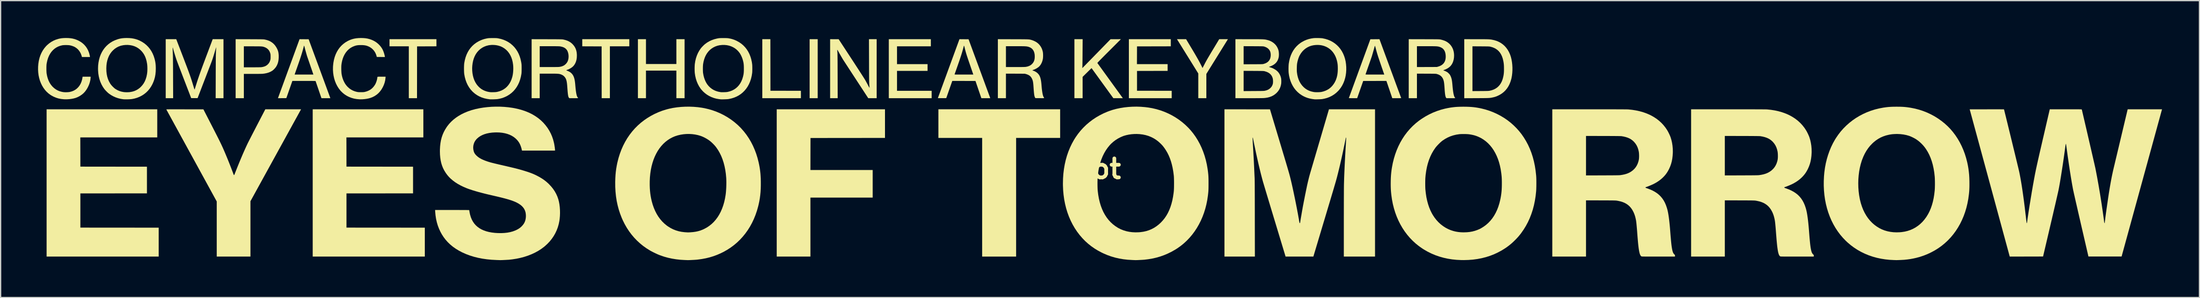
<source format=kicad_pcb>
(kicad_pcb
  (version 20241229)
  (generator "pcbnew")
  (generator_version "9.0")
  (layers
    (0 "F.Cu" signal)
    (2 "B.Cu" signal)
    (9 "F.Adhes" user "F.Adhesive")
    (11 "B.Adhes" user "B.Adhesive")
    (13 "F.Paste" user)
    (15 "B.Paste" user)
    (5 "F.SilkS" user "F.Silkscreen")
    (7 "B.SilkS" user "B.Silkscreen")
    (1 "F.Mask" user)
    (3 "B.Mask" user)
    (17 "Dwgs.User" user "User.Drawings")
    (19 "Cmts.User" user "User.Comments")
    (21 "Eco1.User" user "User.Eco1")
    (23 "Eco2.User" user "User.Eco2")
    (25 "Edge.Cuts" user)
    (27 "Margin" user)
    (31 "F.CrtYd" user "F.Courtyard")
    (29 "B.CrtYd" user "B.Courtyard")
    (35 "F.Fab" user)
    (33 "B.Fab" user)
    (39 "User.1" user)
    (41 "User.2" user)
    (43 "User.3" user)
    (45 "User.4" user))
  (footprint "eot"
    (layer "F.Cu")
    (at 84.966 10.497)
    (property "Reference" "eot" (at 0 0 0) (layer "F.SilkS") (effects (font (size 1.524 1.524) (thickness 0.3))))
    (attr board_only exclude_from_pos_files exclude_from_bom)
    (fp_poly (pts (xy -22.498 -5.667) (xy -23.144 -5.667) (xy -23.144 -10.402) (xy -22.498 -10.402)) (stroke (width 0) (type solid)) (fill yes) (layer "F.SilkS"))
    (fp_poly (pts (xy -26.284 -6.265) (xy -25.064 -6.263) (xy -23.843 -6.26) (xy -23.843 -5.667) (xy -26.936 -5.667) (xy -26.936 -10.402) (xy -26.29 -10.402)) (stroke (width 0) (type solid)) (fill yes) (layer "F.SilkS"))
    (fp_poly (pts (xy -3.072 -2.479) (xy -6.599 -2.479) (xy -6.599 7.044) (xy -9.321 7.044) (xy -9.321 -2.479) (xy -12.827 -2.479) (xy -12.827 -4.777) (xy -3.072 -4.777)) (stroke (width 0) (type solid)) (fill yes) (layer "F.SilkS"))
    (fp_poly (pts (xy -53.046 -9.83) (xy -54.597 -9.824) (xy -54.6 -7.746) (xy -54.603 -5.667) (xy -55.259 -5.667) (xy -55.259 -9.83) (xy -56.806 -9.83) (xy -56.806 -10.402) (xy -53.046 -10.402)) (stroke (width 0) (type solid)) (fill yes) (layer "F.SilkS"))
    (fp_poly (pts (xy -37.592 -9.83) (xy -39.149 -9.83) (xy -39.149 -5.667) (xy -39.805 -5.667) (xy -39.808 -7.746) (xy -39.811 -9.824) (xy -40.587 -9.827) (xy -41.362 -9.83) (xy -41.362 -10.402) (xy -37.592 -10.402)) (stroke (width 0) (type solid)) (fill yes) (layer "F.SilkS"))
    (fp_poly (pts (xy -36.257 -8.41) (xy -33.821 -8.41) (xy -33.821 -10.402) (xy -33.164 -10.402) (xy -33.164 -5.667) (xy -33.821 -5.667) (xy -33.821 -7.881) (xy -36.257 -7.881) (xy -36.257 -5.667) (xy -36.903 -5.667) (xy -36.903 -10.402) (xy -36.257 -10.402)) (stroke (width 0) (type solid)) (fill yes) (layer "F.SilkS"))
    (fp_poly (pts (xy -17.106 -2.479) (xy -20.091 -2.476) (xy -23.075 -2.473) (xy -23.078 -1.189) (xy -23.08 0.095) (xy -18.091 0.095) (xy -18.091 2.309) (xy -23.08 2.309) (xy -23.08 7.044) (xy -25.781 7.044) (xy -25.781 -4.777) (xy -17.106 -4.777)) (stroke (width 0) (type solid)) (fill yes) (layer "F.SilkS"))
    (fp_poly (pts (xy -13.431 -9.83) (xy -16.142 -9.83) (xy -16.142 -8.4) (xy -13.696 -8.4) (xy -13.696 -7.859) (xy -16.142 -7.859) (xy -16.142 -6.26) (xy -13.367 -6.26) (xy -13.367 -5.667) (xy -16.799 -5.667) (xy -16.799 -10.402) (xy -13.431 -10.402)) (stroke (width 0) (type solid)) (fill yes) (layer "F.SilkS"))
    (fp_poly (pts (xy -75.416 -2.521) (xy -81.581 -2.521) (xy -81.578 -1.348) (xy -81.576 -0.175) (xy -76.242 -0.169) (xy -76.242 1.97) (xy -81.576 1.975) (xy -81.576 4.719) (xy -78.438 4.721) (xy -75.3 4.724) (xy -75.3 7.044) (xy -84.282 7.044) (xy -84.282 -4.777) (xy -75.416 -4.777)) (stroke (width 0) (type solid)) (fill yes) (layer "F.SilkS"))
    (fp_poly (pts (xy -54.094 -2.521) (xy -60.259 -2.521) (xy -60.256 -1.348) (xy -60.254 -0.175) (xy -57.587 -0.172) (xy -54.92 -0.169) (xy -54.92 1.97) (xy -57.587 1.973) (xy -60.254 1.975) (xy -60.254 4.719) (xy -57.116 4.721) (xy -53.978 4.724) (xy -53.978 7.044) (xy -62.96 7.044) (xy -62.96 -4.777) (xy -54.094 -4.777)) (stroke (width 0) (type solid)) (fill yes) (layer "F.SilkS"))
    (fp_poly (pts (xy 5.794 -9.83) (xy 4.441 -9.827) (xy 3.088 -9.824) (xy 3.085 -9.112) (xy 3.082 -8.4) (xy 5.54 -8.4) (xy 5.54 -7.859) (xy 4.314 -7.857) (xy 3.088 -7.854) (xy 3.088 -6.265) (xy 4.478 -6.263) (xy 5.868 -6.26) (xy 5.868 -5.667) (xy 2.436 -5.667) (xy 2.436 -10.402) (xy 5.794 -10.402)) (stroke (width 0) (type solid)) (fill yes) (layer "F.SilkS"))
    (fp_poly (pts (xy 7.444 -9.694) (xy 7.548 -9.521) (xy 7.642 -9.363) (xy 7.726 -9.22) (xy 7.802 -9.089) (xy 7.871 -8.969) (xy 7.934 -8.859) (xy 7.992 -8.756) (xy 8.046 -8.658) (xy 8.096 -8.565) (xy 8.144 -8.473) (xy 8.191 -8.382) (xy 8.232 -8.3) (xy 8.338 -8.089) (xy 8.455 -8.316) (xy 8.494 -8.391) (xy 8.53 -8.462) (xy 8.566 -8.53) (xy 8.601 -8.595) (xy 8.637 -8.661) (xy 8.675 -8.729) (xy 8.715 -8.8) (xy 8.759 -8.876) (xy 8.808 -8.96) (xy 8.862 -9.051) (xy 8.922 -9.153) (xy 8.99 -9.267) (xy 9.066 -9.395) (xy 9.152 -9.537) (xy 9.212 -9.636) (xy 9.673 -10.402) (xy 10.371 -10.402) (xy 10.347 -10.362) (xy 10.339 -10.348) (xy 10.32 -10.318) (xy 10.291 -10.272) (xy 10.253 -10.21) (xy 10.207 -10.135) (xy 10.152 -10.047) (xy 10.09 -9.947) (xy 10.021 -9.836) (xy 9.946 -9.715) (xy 9.866 -9.586) (xy 9.781 -9.448) (xy 9.692 -9.304) (xy 9.599 -9.154) (xy 9.503 -9) (xy 9.483 -8.968) (xy 8.643 -7.613) (xy 8.643 -5.667) (xy 7.997 -5.667) (xy 7.997 -7.65) (xy 7.159 -9.002) (xy 7.062 -9.157) (xy 6.969 -9.307) (xy 6.88 -9.452) (xy 6.794 -9.589) (xy 6.713 -9.72) (xy 6.638 -9.841) (xy 6.569 -9.953) (xy 6.506 -10.053) (xy 6.451 -10.143) (xy 6.403 -10.219) (xy 6.365 -10.282) (xy 6.335 -10.329) (xy 6.315 -10.361) (xy 6.305 -10.377) (xy 6.305 -10.378) (xy 6.289 -10.402) (xy 7.021 -10.402)) (stroke (width 0) (type solid)) (fill yes) (layer "F.SilkS"))
    (fp_poly (pts (xy -1.276 -9.356) (xy -1.277 -9.206) (xy -1.278 -9.06) (xy -1.279 -8.92) (xy -1.28 -8.787) (xy -1.282 -8.664) (xy -1.283 -8.551) (xy -1.285 -8.45) (xy -1.286 -8.364) (xy -1.287 -8.293) (xy -1.289 -8.239) (xy -1.29 -8.204) (xy -1.29 -8.196) (xy -1.293 -8.15) (xy -1.294 -8.113) (xy -1.293 -8.09) (xy -1.292 -8.084) (xy -1.284 -8.092) (xy -1.262 -8.114) (xy -1.227 -8.15) (xy -1.179 -8.198) (xy -1.12 -8.258) (xy -1.05 -8.33) (xy -0.971 -8.411) (xy -0.882 -8.502) (xy -0.785 -8.602) (xy -0.68 -8.709) (xy -0.569 -8.823) (xy -0.451 -8.943) (xy -0.329 -9.069) (xy -0.202 -9.199) (xy -0.158 -9.244) (xy 0.969 -10.401) (xy 1.382 -10.401) (xy 1.795 -10.402) (xy 0.849 -9.455) (xy 0.698 -9.304) (xy 0.561 -9.167) (xy 0.439 -9.044) (xy 0.331 -8.935) (xy 0.236 -8.839) (xy 0.155 -8.756) (xy 0.085 -8.685) (xy 0.028 -8.626) (xy -0.017 -8.578) (xy -0.051 -8.542) (xy -0.074 -8.516) (xy -0.087 -8.5) (xy -0.089 -8.494) (xy -0.082 -8.483) (xy -0.064 -8.457) (xy -0.034 -8.416) (xy 0.007 -8.36) (xy 0.057 -8.29) (xy 0.116 -8.208) (xy 0.184 -8.114) (xy 0.259 -8.01) (xy 0.342 -7.896) (xy 0.431 -7.772) (xy 0.526 -7.641) (xy 0.626 -7.503) (xy 0.73 -7.359) (xy 0.838 -7.209) (xy 0.918 -7.1) (xy 1.028 -6.947) (xy 1.136 -6.798) (xy 1.239 -6.655) (xy 1.338 -6.518) (xy 1.432 -6.389) (xy 1.52 -6.267) (xy 1.601 -6.155) (xy 1.675 -6.052) (xy 1.741 -5.961) (xy 1.799 -5.881) (xy 1.847 -5.814) (xy 1.885 -5.761) (xy 1.913 -5.723) (xy 1.929 -5.7) (xy 1.934 -5.694) (xy 1.951 -5.667) (xy 1.191 -5.667) (xy -0.556 -8.082) (xy -0.71 -7.931) (xy -0.762 -7.879) (xy -0.826 -7.817) (xy -0.895 -7.748) (xy -0.966 -7.678) (xy -1.035 -7.611) (xy -1.067 -7.579) (xy -1.271 -7.378) (xy -1.271 -5.667) (xy -1.928 -5.667) (xy -1.928 -10.402) (xy -1.268 -10.402)) (stroke (width 0) (type solid)) (fill yes) (layer "F.SilkS"))
    (fp_poly (pts (xy -17.774 -5.667) (xy -18.447 -5.667) (xy -19.426 -7.168) (xy -19.533 -7.331) (xy -19.637 -7.491) (xy -19.738 -7.645) (xy -19.834 -7.793) (xy -19.927 -7.935) (xy -20.014 -8.069) (xy -20.095 -8.194) (xy -20.17 -8.309) (xy -20.238 -8.413) (xy -20.298 -8.505) (xy -20.349 -8.585) (xy -20.392 -8.65) (xy -20.425 -8.701) (xy -20.448 -8.736) (xy -20.46 -8.755) (xy -20.46 -8.755) (xy -20.483 -8.792) (xy -20.514 -8.844) (xy -20.551 -8.908) (xy -20.594 -8.982) (xy -20.64 -9.06) (xy -20.686 -9.142) (xy -20.733 -9.223) (xy -20.776 -9.3) (xy -20.815 -9.369) (xy -20.849 -9.429) (xy -20.868 -9.464) (xy -20.89 -9.505) (xy -20.907 -9.532) (xy -20.918 -9.546) (xy -20.926 -9.544) (xy -20.929 -9.526) (xy -20.929 -9.491) (xy -20.925 -9.437) (xy -20.92 -9.364) (xy -20.918 -9.346) (xy -20.917 -9.316) (xy -20.915 -9.27) (xy -20.913 -9.211) (xy -20.912 -9.135) (xy -20.91 -9.045) (xy -20.909 -8.937) (xy -20.908 -8.813) (xy -20.906 -8.671) (xy -20.905 -8.512) (xy -20.904 -8.334) (xy -20.904 -8.137) (xy -20.903 -7.92) (xy -20.902 -7.683) (xy -20.901 -7.428) (xy -20.897 -5.667) (xy -21.502 -5.667) (xy -21.502 -10.402) (xy -21.16 -10.401) (xy -20.819 -10.401) (xy -19.807 -8.854) (xy -19.698 -8.687) (xy -19.591 -8.523) (xy -19.487 -8.363) (xy -19.386 -8.207) (xy -19.289 -8.058) (xy -19.197 -7.917) (xy -19.111 -7.783) (xy -19.03 -7.659) (xy -18.957 -7.545) (xy -18.891 -7.442) (xy -18.833 -7.351) (xy -18.784 -7.274) (xy -18.745 -7.212) (xy -18.715 -7.164) (xy -18.697 -7.134) (xy -18.695 -7.13) (xy -18.659 -7.066) (xy -18.617 -6.989) (xy -18.571 -6.905) (xy -18.525 -6.82) (xy -18.483 -6.74) (xy -18.474 -6.724) (xy -18.44 -6.66) (xy -18.41 -6.604) (xy -18.384 -6.557) (xy -18.363 -6.523) (xy -18.35 -6.502) (xy -18.346 -6.498) (xy -18.345 -6.509) (xy -18.346 -6.538) (xy -18.348 -6.583) (xy -18.352 -6.639) (xy -18.356 -6.705) (xy -18.359 -6.744) (xy -18.362 -6.777) (xy -18.364 -6.812) (xy -18.366 -6.849) (xy -18.368 -6.888) (xy -18.37 -6.932) (xy -18.372 -6.982) (xy -18.373 -7.037) (xy -18.374 -7.101) (xy -18.376 -7.173) (xy -18.377 -7.255) (xy -18.378 -7.347) (xy -18.379 -7.452) (xy -18.38 -7.57) (xy -18.38 -7.701) (xy -18.381 -7.849) (xy -18.382 -8.012) (xy -18.383 -8.193) (xy -18.383 -8.393) (xy -18.384 -8.612) (xy -18.384 -8.694) (xy -18.39 -10.402) (xy -17.774 -10.402)) (stroke (width 0) (type solid)) (fill yes) (layer "F.SilkS"))
    (fp_poly (pts (xy -68.02 -10.399) (xy -67.842 -10.398) (xy -67.684 -10.397) (xy -67.544 -10.397) (xy -67.421 -10.396) (xy -67.314 -10.395) (xy -67.222 -10.395) (xy -67.144 -10.394) (xy -67.077 -10.393) (xy -67.02 -10.392) (xy -66.973 -10.39) (xy -66.934 -10.389) (xy -66.902 -10.387) (xy -66.875 -10.385) (xy -66.852 -10.382) (xy -66.831 -10.38) (xy -66.812 -10.376) (xy -66.793 -10.373) (xy -66.789 -10.372) (xy -66.616 -10.33) (xy -66.457 -10.272) (xy -66.313 -10.198) (xy -66.182 -10.108) (xy -66.064 -10.002) (xy -65.96 -9.879) (xy -65.869 -9.74) (xy -65.833 -9.674) (xy -65.785 -9.575) (xy -65.748 -9.481) (xy -65.721 -9.389) (xy -65.703 -9.292) (xy -65.691 -9.184) (xy -65.685 -9.077) (xy -65.686 -8.898) (xy -65.7 -8.733) (xy -65.727 -8.581) (xy -65.769 -8.44) (xy -65.826 -8.307) (xy -65.886 -8.2) (xy -65.927 -8.141) (xy -65.98 -8.076) (xy -66.04 -8.011) (xy -66.101 -7.95) (xy -66.16 -7.899) (xy -66.196 -7.873) (xy -66.329 -7.795) (xy -66.476 -7.731) (xy -66.636 -7.682) (xy -66.811 -7.646) (xy -66.969 -7.626) (xy -67 -7.625) (xy -67.05 -7.623) (xy -67.117 -7.621) (xy -67.199 -7.62) (xy -67.293 -7.618) (xy -67.398 -7.617) (xy -67.511 -7.617) (xy -67.631 -7.616) (xy -67.754 -7.616) (xy -67.782 -7.616) (xy -68.478 -7.616) (xy -68.478 -5.667) (xy -69.135 -5.667) (xy -69.135 -8.145) (xy -68.478 -8.145) (xy -67.819 -8.145) (xy -67.687 -8.146) (xy -67.563 -8.146) (xy -67.449 -8.147) (xy -67.347 -8.148) (xy -67.257 -8.149) (xy -67.183 -8.151) (xy -67.125 -8.153) (xy -67.086 -8.155) (xy -67.073 -8.156) (xy -66.94 -8.179) (xy -66.825 -8.213) (xy -66.722 -8.258) (xy -66.632 -8.316) (xy -66.556 -8.383) (xy -66.493 -8.453) (xy -66.443 -8.524) (xy -66.403 -8.603) (xy -66.369 -8.696) (xy -66.364 -8.712) (xy -66.353 -8.749) (xy -66.346 -8.781) (xy -66.341 -8.812) (xy -66.337 -8.849) (xy -66.336 -8.895) (xy -66.335 -8.955) (xy -66.335 -8.993) (xy -66.335 -9.065) (xy -66.337 -9.121) (xy -66.339 -9.164) (xy -66.344 -9.201) (xy -66.351 -9.235) (xy -66.358 -9.263) (xy -66.401 -9.384) (xy -66.46 -9.491) (xy -66.535 -9.584) (xy -66.625 -9.663) (xy -66.73 -9.727) (xy -66.838 -9.772) (xy -66.871 -9.783) (xy -66.902 -9.792) (xy -66.932 -9.8) (xy -66.964 -9.807) (xy -67 -9.813) (xy -67.04 -9.817) (xy -67.088 -9.821) (xy -67.144 -9.824) (xy -67.21 -9.826) (xy -67.289 -9.828) (xy -67.381 -9.829) (xy -67.489 -9.829) (xy -67.614 -9.829) (xy -67.758 -9.83) (xy -67.786 -9.83) (xy -68.478 -9.83) (xy -68.478 -8.145) (xy -69.135 -8.145) (xy -69.135 -10.402)) (stroke (width 0) (type solid)) (fill yes) (layer "F.SilkS"))
    (fp_poly (pts (xy -63.911 -4.743) (xy -63.917 -4.731) (xy -63.934 -4.701) (xy -63.96 -4.655) (xy -63.995 -4.591) (xy -64.039 -4.511) (xy -64.091 -4.416) (xy -64.151 -4.307) (xy -64.219 -4.183) (xy -64.295 -4.046) (xy -64.378 -3.895) (xy -64.467 -3.733) (xy -64.563 -3.559) (xy -64.664 -3.374) (xy -64.772 -3.179) (xy -64.884 -2.974) (xy -65.002 -2.76) (xy -65.124 -2.537) (xy -65.251 -2.307) (xy -65.381 -2.069) (xy -65.515 -1.825) (xy -65.653 -1.576) (xy -65.793 -1.321) (xy -65.935 -1.061) (xy -65.94 -1.053) (xy -67.949 2.603) (xy -67.949 7.044) (xy -70.65 7.044) (xy -70.65 2.62) (xy -72.663 -1.06) (xy -72.806 -1.321) (xy -72.946 -1.577) (xy -73.083 -1.827) (xy -73.217 -2.072) (xy -73.347 -2.31) (xy -73.474 -2.541) (xy -73.596 -2.764) (xy -73.713 -2.979) (xy -73.826 -3.185) (xy -73.933 -3.381) (xy -74.035 -3.566) (xy -74.13 -3.741) (xy -74.219 -3.904) (xy -74.302 -4.055) (xy -74.377 -4.193) (xy -74.445 -4.317) (xy -74.506 -4.428) (xy -74.558 -4.523) (xy -74.602 -4.604) (xy -74.637 -4.668) (xy -74.663 -4.715) (xy -74.68 -4.746) (xy -74.687 -4.758) (xy -74.687 -4.759) (xy -74.687 -4.761) (xy -74.686 -4.763) (xy -74.681 -4.766) (xy -74.671 -4.767) (xy -74.657 -4.769) (xy -74.636 -4.77) (xy -74.607 -4.772) (xy -74.57 -4.773) (xy -74.524 -4.774) (xy -74.467 -4.774) (xy -74.399 -4.775) (xy -74.318 -4.775) (xy -74.224 -4.775) (xy -74.115 -4.776) (xy -73.99 -4.776) (xy -73.849 -4.775) (xy -73.691 -4.775) (xy -73.514 -4.775) (xy -73.317 -4.775) (xy -73.207 -4.774) (xy -71.718 -4.772) (xy -71.092 -3.554) (xy -70.985 -3.345) (xy -70.888 -3.155) (xy -70.798 -2.98) (xy -70.717 -2.82) (xy -70.642 -2.674) (xy -70.575 -2.541) (xy -70.513 -2.418) (xy -70.456 -2.305) (xy -70.405 -2.2) (xy -70.357 -2.102) (xy -70.313 -2.01) (xy -70.271 -1.923) (xy -70.232 -1.838) (xy -70.194 -1.756) (xy -70.157 -1.674) (xy -70.12 -1.591) (xy -70.083 -1.506) (xy -70.045 -1.418) (xy -70.005 -1.325) (xy -69.963 -1.226) (xy -69.924 -1.133) (xy -69.78 -0.786) (xy -69.636 -0.426) (xy -69.494 -0.063) (xy -69.358 0.296) (xy -69.301 0.448) (xy -69.284 0.486) (xy -69.269 0.504) (xy -69.254 0.5) (xy -69.238 0.476) (xy -69.229 0.455) (xy -69.109 0.152) (xy -68.996 -0.132) (xy -68.888 -0.399) (xy -68.785 -0.65) (xy -68.686 -0.886) (xy -68.592 -1.109) (xy -68.501 -1.319) (xy -68.412 -1.519) (xy -68.326 -1.709) (xy -68.242 -1.891) (xy -68.167 -2.05) (xy -68.15 -2.082) (xy -68.125 -2.133) (xy -68.091 -2.199) (xy -68.05 -2.281) (xy -68.001 -2.376) (xy -67.946 -2.483) (xy -67.886 -2.601) (xy -67.82 -2.729) (xy -67.75 -2.865) (xy -67.676 -3.008) (xy -67.599 -3.156) (xy -67.52 -3.31) (xy -67.439 -3.466) (xy -67.417 -3.509) (xy -66.758 -4.777) (xy -63.89 -4.777)) (stroke (width 0) (type solid)) (fill yes) (layer "F.SilkS"))
    (fp_poly (pts (xy 30.243 -10.401) (xy 30.421 -10.401) (xy 30.579 -10.401) (xy 30.719 -10.401) (xy 30.842 -10.4) (xy 30.95 -10.399) (xy 31.044 -10.397) (xy 31.126 -10.396) (xy 31.198 -10.394) (xy 31.26 -10.391) (xy 31.315 -10.388) (xy 31.364 -10.384) (xy 31.408 -10.38) (xy 31.449 -10.375) (xy 31.488 -10.369) (xy 31.517 -10.364) (xy 31.721 -10.32) (xy 31.914 -10.259) (xy 32.093 -10.18) (xy 32.26 -10.085) (xy 32.414 -9.973) (xy 32.555 -9.845) (xy 32.682 -9.7) (xy 32.795 -9.54) (xy 32.894 -9.364) (xy 32.979 -9.173) (xy 32.989 -9.146) (xy 33.048 -8.967) (xy 33.095 -8.772) (xy 33.131 -8.567) (xy 33.155 -8.354) (xy 33.168 -8.136) (xy 33.168 -7.917) (xy 33.156 -7.701) (xy 33.132 -7.49) (xy 33.096 -7.289) (xy 33.074 -7.197) (xy 33.011 -6.987) (xy 32.933 -6.792) (xy 32.84 -6.612) (xy 32.733 -6.448) (xy 32.61 -6.298) (xy 32.473 -6.164) (xy 32.321 -6.044) (xy 32.154 -5.94) (xy 32.078 -5.9) (xy 31.975 -5.851) (xy 31.882 -5.812) (xy 31.791 -5.78) (xy 31.696 -5.753) (xy 31.627 -5.737) (xy 31.582 -5.727) (xy 31.54 -5.718) (xy 31.501 -5.71) (xy 31.462 -5.703) (xy 31.423 -5.697) (xy 31.382 -5.692) (xy 31.336 -5.688) (xy 31.285 -5.684) (xy 31.228 -5.681) (xy 31.162 -5.679) (xy 31.086 -5.677) (xy 30.998 -5.675) (xy 30.897 -5.674) (xy 30.782 -5.673) (xy 30.65 -5.672) (xy 30.501 -5.671) (xy 30.333 -5.67) (xy 30.286 -5.67) (xy 29.309 -5.665) (xy 29.309 -9.831) (xy 29.965 -9.831) (xy 29.965 -6.237) (xy 30.603 -6.241) (xy 30.739 -6.242) (xy 30.855 -6.243) (xy 30.954 -6.244) (xy 31.037 -6.245) (xy 31.106 -6.247) (xy 31.163 -6.248) (xy 31.21 -6.25) (xy 31.248 -6.253) (xy 31.28 -6.255) (xy 31.307 -6.259) (xy 31.331 -6.262) (xy 31.342 -6.264) (xy 31.514 -6.306) (xy 31.673 -6.364) (xy 31.817 -6.438) (xy 31.948 -6.528) (xy 32.064 -6.634) (xy 32.167 -6.755) (xy 32.255 -6.893) (xy 32.33 -7.046) (xy 32.39 -7.215) (xy 32.436 -7.4) (xy 32.438 -7.407) (xy 32.455 -7.495) (xy 32.468 -7.577) (xy 32.477 -7.655) (xy 32.484 -7.736) (xy 32.489 -7.824) (xy 32.491 -7.923) (xy 32.491 -8.029) (xy 32.49 -8.143) (xy 32.488 -8.241) (xy 32.483 -8.328) (xy 32.476 -8.409) (xy 32.466 -8.489) (xy 32.453 -8.573) (xy 32.437 -8.658) (xy 32.393 -8.845) (xy 32.335 -9.015) (xy 32.264 -9.169) (xy 32.18 -9.307) (xy 32.081 -9.429) (xy 31.969 -9.535) (xy 31.843 -9.626) (xy 31.702 -9.701) (xy 31.547 -9.761) (xy 31.403 -9.8) (xy 31.383 -9.805) (xy 31.362 -9.809) (xy 31.339 -9.812) (xy 31.314 -9.815) (xy 31.283 -9.817) (xy 31.245 -9.819) (xy 31.198 -9.821) (xy 31.141 -9.822) (xy 31.071 -9.823) (xy 30.988 -9.824) (xy 30.888 -9.825) (xy 30.771 -9.826) (xy 30.635 -9.827) (xy 29.965 -9.831) (xy 29.309 -9.831) (xy 29.309 -10.402)) (stroke (width 0) (type solid)) (fill yes) (layer "F.SilkS"))
    (fp_poly (pts (xy -10.41 -10.396) (xy -9.548 -8.055) (xy -9.469 -7.841) (xy -9.391 -7.631) (xy -9.317 -7.428) (xy -9.244 -7.231) (xy -9.175 -7.042) (xy -9.108 -6.862) (xy -9.046 -6.691) (xy -8.987 -6.531) (xy -8.932 -6.382) (xy -8.881 -6.245) (xy -8.836 -6.121) (xy -8.796 -6.01) (xy -8.761 -5.915) (xy -8.731 -5.835) (xy -8.708 -5.772) (xy -8.692 -5.726) (xy -8.682 -5.699) (xy -8.679 -5.691) (xy -8.673 -5.667) (xy -9.383 -5.667) (xy -9.422 -5.781) (xy -9.433 -5.812) (xy -9.45 -5.861) (xy -9.472 -5.926) (xy -9.499 -6.004) (xy -9.53 -6.093) (xy -9.563 -6.191) (xy -9.599 -6.295) (xy -9.636 -6.403) (xy -9.659 -6.472) (xy -9.856 -7.049) (xy -10.784 -7.052) (xy -11.713 -7.054) (xy -11.751 -6.946) (xy -11.762 -6.916) (xy -11.779 -6.868) (xy -11.801 -6.804) (xy -11.828 -6.727) (xy -11.859 -6.639) (xy -11.893 -6.542) (xy -11.929 -6.438) (xy -11.967 -6.33) (xy -11.993 -6.255) (xy -12.197 -5.672) (xy -12.534 -5.669) (xy -12.622 -5.669) (xy -12.7 -5.669) (xy -12.765 -5.67) (xy -12.816 -5.671) (xy -12.851 -5.673) (xy -12.867 -5.675) (xy -12.868 -5.676) (xy -12.864 -5.687) (xy -12.853 -5.716) (xy -12.835 -5.764) (xy -12.812 -5.829) (xy -12.782 -5.911) (xy -12.746 -6.008) (xy -12.705 -6.12) (xy -12.659 -6.245) (xy -12.609 -6.384) (xy -12.554 -6.535) (xy -12.494 -6.696) (xy -12.432 -6.869) (xy -12.365 -7.05) (xy -12.296 -7.24) (xy -12.223 -7.438) (xy -12.172 -7.578) (xy -11.53 -7.578) (xy -11.528 -7.575) (xy -11.521 -7.572) (xy -11.509 -7.57) (xy -11.489 -7.568) (xy -11.461 -7.567) (xy -11.423 -7.565) (xy -11.373 -7.564) (xy -11.31 -7.564) (xy -11.233 -7.563) (xy -11.141 -7.563) (xy -11.031 -7.563) (xy -10.902 -7.563) (xy -10.784 -7.563) (xy -10.66 -7.563) (xy -10.542 -7.563) (xy -10.432 -7.563) (xy -10.332 -7.563) (xy -10.244 -7.564) (xy -10.168 -7.564) (xy -10.108 -7.565) (xy -10.063 -7.565) (xy -10.037 -7.566) (xy -10.031 -7.566) (xy -10.034 -7.577) (xy -10.044 -7.605) (xy -10.059 -7.651) (xy -10.08 -7.712) (xy -10.105 -7.786) (xy -10.135 -7.872) (xy -10.168 -7.969) (xy -10.204 -8.074) (xy -10.242 -8.186) (xy -10.27 -8.268) (xy -10.327 -8.432) (xy -10.377 -8.578) (xy -10.421 -8.708) (xy -10.46 -8.823) (xy -10.494 -8.925) (xy -10.524 -9.017) (xy -10.551 -9.099) (xy -10.575 -9.174) (xy -10.596 -9.243) (xy -10.615 -9.309) (xy -10.634 -9.373) (xy -10.651 -9.436) (xy -10.668 -9.502) (xy -10.686 -9.571) (xy -10.705 -9.645) (xy -10.725 -9.726) (xy -10.739 -9.78) (xy -10.752 -9.826) (xy -10.763 -9.861) (xy -10.771 -9.88) (xy -10.773 -9.882) (xy -10.776 -9.882) (xy -10.779 -9.88) (xy -10.783 -9.873) (xy -10.788 -9.857) (xy -10.795 -9.832) (xy -10.806 -9.793) (xy -10.82 -9.738) (xy -10.831 -9.697) (xy -10.864 -9.573) (xy -10.901 -9.443) (xy -10.942 -9.305) (xy -10.987 -9.159) (xy -11.038 -9.002) (xy -11.094 -8.832) (xy -11.156 -8.647) (xy -11.226 -8.446) (xy -11.279 -8.294) (xy -11.32 -8.177) (xy -11.359 -8.067) (xy -11.395 -7.963) (xy -11.428 -7.868) (xy -11.458 -7.784) (xy -11.483 -7.713) (xy -11.504 -7.655) (xy -11.519 -7.613) (xy -11.528 -7.588) (xy -11.53 -7.581) (xy -11.53 -7.578) (xy -12.172 -7.578) (xy -12.148 -7.643) (xy -12.071 -7.854) (xy -12.002 -8.044) (xy -11.139 -10.402)) (stroke (width 0) (type solid)) (fill yes) (layer "F.SilkS"))
    (fp_poly (pts (xy -63.65 -10.399) (xy -63.286 -10.396) (xy -62.423 -8.055) (xy -62.344 -7.841) (xy -62.267 -7.631) (xy -62.192 -7.428) (xy -62.12 -7.231) (xy -62.05 -7.042) (xy -61.984 -6.862) (xy -61.921 -6.691) (xy -61.862 -6.531) (xy -61.808 -6.382) (xy -61.757 -6.245) (xy -61.712 -6.121) (xy -61.671 -6.01) (xy -61.637 -5.915) (xy -61.607 -5.835) (xy -61.584 -5.772) (xy -61.568 -5.726) (xy -61.558 -5.699) (xy -61.555 -5.691) (xy -61.549 -5.667) (xy -62.258 -5.667) (xy -62.291 -5.759) (xy -62.3 -5.787) (xy -62.316 -5.832) (xy -62.337 -5.893) (xy -62.362 -5.967) (xy -62.392 -6.053) (xy -62.424 -6.148) (xy -62.459 -6.251) (xy -62.496 -6.359) (xy -62.525 -6.443) (xy -62.561 -6.55) (xy -62.596 -6.651) (xy -62.628 -6.745) (xy -62.657 -6.829) (xy -62.682 -6.902) (xy -62.703 -6.961) (xy -62.718 -7.006) (xy -62.728 -7.034) (xy -62.732 -7.044) (xy -62.744 -7.046) (xy -62.776 -7.048) (xy -62.829 -7.049) (xy -62.901 -7.051) (xy -62.992 -7.052) (xy -63.102 -7.053) (xy -63.229 -7.054) (xy -63.374 -7.054) (xy -63.536 -7.054) (xy -63.664 -7.054) (xy -64.589 -7.054) (xy -64.638 -6.914) (xy -64.651 -6.877) (xy -64.67 -6.822) (xy -64.695 -6.752) (xy -64.723 -6.67) (xy -64.756 -6.577) (xy -64.791 -6.477) (xy -64.828 -6.372) (xy -64.866 -6.264) (xy -64.88 -6.223) (xy -65.073 -5.672) (xy -65.409 -5.669) (xy -65.745 -5.667) (xy -65.714 -5.754) (xy -65.707 -5.772) (xy -65.694 -5.809) (xy -65.673 -5.864) (xy -65.647 -5.936) (xy -65.615 -6.025) (xy -65.577 -6.128) (xy -65.534 -6.246) (xy -65.486 -6.378) (xy -65.433 -6.522) (xy -65.376 -6.677) (xy -65.316 -6.843) (xy -65.251 -7.019) (xy -65.184 -7.204) (xy -65.114 -7.396) (xy -65.053 -7.563) (xy -64.41 -7.563) (xy -63.659 -7.563) (xy -63.534 -7.563) (xy -63.417 -7.563) (xy -63.307 -7.563) (xy -63.207 -7.564) (xy -63.119 -7.564) (xy -63.044 -7.564) (xy -62.983 -7.565) (xy -62.939 -7.565) (xy -62.913 -7.566) (xy -62.907 -7.566) (xy -62.91 -7.577) (xy -62.92 -7.606) (xy -62.935 -7.65) (xy -62.955 -7.709) (xy -62.979 -7.78) (xy -63.007 -7.862) (xy -63.037 -7.952) (xy -63.07 -8.048) (xy -63.105 -8.148) (xy -63.14 -8.251) (xy -63.175 -8.354) (xy -63.21 -8.456) (xy -63.244 -8.555) (xy -63.276 -8.648) (xy -63.306 -8.734) (xy -63.332 -8.811) (xy -63.355 -8.876) (xy -63.373 -8.928) (xy -63.386 -8.965) (xy -63.393 -8.985) (xy -63.394 -8.987) (xy -63.402 -9.013) (xy -63.416 -9.055) (xy -63.433 -9.112) (xy -63.453 -9.18) (xy -63.474 -9.256) (xy -63.497 -9.337) (xy -63.52 -9.42) (xy -63.543 -9.502) (xy -63.563 -9.58) (xy -63.582 -9.65) (xy -63.591 -9.684) (xy -63.606 -9.745) (xy -63.621 -9.799) (xy -63.634 -9.842) (xy -63.643 -9.871) (xy -63.649 -9.882) (xy -63.649 -9.882) (xy -63.653 -9.882) (xy -63.656 -9.88) (xy -63.659 -9.872) (xy -63.664 -9.857) (xy -63.672 -9.831) (xy -63.682 -9.792) (xy -63.697 -9.737) (xy -63.707 -9.697) (xy -63.761 -9.499) (xy -63.824 -9.286) (xy -63.896 -9.055) (xy -63.977 -8.807) (xy -64.068 -8.541) (xy -64.093 -8.468) (xy -64.131 -8.36) (xy -64.169 -8.252) (xy -64.206 -8.146) (xy -64.241 -8.046) (xy -64.274 -7.954) (xy -64.302 -7.873) (xy -64.325 -7.806) (xy -64.343 -7.757) (xy -64.343 -7.756) (xy -64.41 -7.563) (xy -65.053 -7.563) (xy -65.041 -7.596) (xy -64.966 -7.801) (xy -64.889 -8.012) (xy -64.848 -8.122) (xy -64.015 -10.402)) (stroke (width 0) (type solid)) (fill yes) (layer "F.SilkS"))
    (fp_poly (pts (xy 23.381 -8.048) (xy 23.46 -7.832) (xy 23.538 -7.623) (xy 23.613 -7.419) (xy 23.685 -7.222) (xy 23.755 -7.033) (xy 23.821 -6.852) (xy 23.884 -6.681) (xy 23.943 -6.521) (xy 23.998 -6.372) (xy 24.049 -6.235) (xy 24.095 -6.111) (xy 24.135 -6) (xy 24.17 -5.905) (xy 24.2 -5.825) (xy 24.223 -5.762) (xy 24.24 -5.716) (xy 24.25 -5.689) (xy 24.253 -5.68) (xy 24.251 -5.676) (xy 24.238 -5.673) (xy 24.214 -5.671) (xy 24.177 -5.669) (xy 24.125 -5.668) (xy 24.056 -5.667) (xy 23.969 -5.667) (xy 23.9 -5.667) (xy 23.541 -5.667) (xy 23.336 -6.273) (xy 23.298 -6.385) (xy 23.261 -6.492) (xy 23.226 -6.594) (xy 23.194 -6.689) (xy 23.166 -6.773) (xy 23.141 -6.845) (xy 23.121 -6.903) (xy 23.107 -6.945) (xy 23.099 -6.967) (xy 23.068 -7.054) (xy 21.211 -7.049) (xy 21.007 -6.467) (xy 20.969 -6.357) (xy 20.931 -6.25) (xy 20.896 -6.148) (xy 20.863 -6.053) (xy 20.833 -5.969) (xy 20.807 -5.896) (xy 20.787 -5.837) (xy 20.772 -5.794) (xy 20.765 -5.775) (xy 20.727 -5.667) (xy 20.394 -5.667) (xy 20.313 -5.667) (xy 20.238 -5.668) (xy 20.174 -5.669) (xy 20.122 -5.67) (xy 20.084 -5.672) (xy 20.064 -5.674) (xy 20.062 -5.675) (xy 20.065 -5.685) (xy 20.076 -5.715) (xy 20.093 -5.763) (xy 20.117 -5.828) (xy 20.146 -5.909) (xy 20.181 -6.006) (xy 20.222 -6.118) (xy 20.268 -6.243) (xy 20.318 -6.381) (xy 20.373 -6.532) (xy 20.432 -6.694) (xy 20.495 -6.866) (xy 20.561 -7.047) (xy 20.63 -7.237) (xy 20.703 -7.435) (xy 20.755 -7.578) (xy 21.399 -7.578) (xy 21.401 -7.575) (xy 21.409 -7.572) (xy 21.421 -7.57) (xy 21.441 -7.568) (xy 21.47 -7.567) (xy 21.509 -7.565) (xy 21.559 -7.564) (xy 21.622 -7.564) (xy 21.699 -7.563) (xy 21.792 -7.563) (xy 21.902 -7.563) (xy 22.031 -7.563) (xy 22.147 -7.563) (xy 22.9 -7.563) (xy 22.869 -7.65) (xy 22.86 -7.675) (xy 22.845 -7.718) (xy 22.825 -7.777) (xy 22.799 -7.851) (xy 22.77 -7.937) (xy 22.737 -8.034) (xy 22.7 -8.139) (xy 22.662 -8.251) (xy 22.622 -8.368) (xy 22.6 -8.432) (xy 22.547 -8.588) (xy 22.5 -8.727) (xy 22.459 -8.85) (xy 22.422 -8.959) (xy 22.39 -9.058) (xy 22.362 -9.148) (xy 22.336 -9.232) (xy 22.312 -9.311) (xy 22.29 -9.388) (xy 22.269 -9.466) (xy 22.247 -9.545) (xy 22.225 -9.63) (xy 22.215 -9.672) (xy 22.198 -9.733) (xy 22.183 -9.787) (xy 22.17 -9.83) (xy 22.16 -9.859) (xy 22.154 -9.871) (xy 22.154 -9.871) (xy 22.146 -9.863) (xy 22.136 -9.839) (xy 22.125 -9.804) (xy 22.124 -9.801) (xy 22.11 -9.749) (xy 22.092 -9.683) (xy 22.07 -9.604) (xy 22.045 -9.518) (xy 22.019 -9.428) (xy 21.993 -9.337) (xy 21.968 -9.25) (xy 21.944 -9.169) (xy 21.923 -9.098) (xy 21.906 -9.041) (xy 21.896 -9.009) (xy 21.885 -8.976) (xy 21.868 -8.925) (xy 21.845 -8.859) (xy 21.818 -8.779) (xy 21.786 -8.688) (xy 21.751 -8.588) (xy 21.713 -8.48) (xy 21.674 -8.368) (xy 21.633 -8.252) (xy 21.629 -8.241) (xy 21.59 -8.129) (xy 21.553 -8.023) (xy 21.518 -7.924) (xy 21.487 -7.834) (xy 21.459 -7.755) (xy 21.436 -7.689) (xy 21.418 -7.637) (xy 21.405 -7.601) (xy 21.399 -7.583) (xy 21.399 -7.581) (xy 21.399 -7.578) (xy 20.755 -7.578) (xy 20.777 -7.64) (xy 20.854 -7.85) (xy 20.923 -8.039) (xy 21.785 -10.396) (xy 22.15 -10.399) (xy 22.514 -10.402)) (stroke (width 0) (type solid)) (fill yes) (layer "F.SilkS"))
    (fp_poly (pts (xy -77.639 -10.491) (xy -77.447 -10.472) (xy -77.266 -10.439) (xy -77.092 -10.393) (xy -76.923 -10.331) (xy -76.809 -10.281) (xy -76.62 -10.179) (xy -76.444 -10.062) (xy -76.283 -9.929) (xy -76.136 -9.781) (xy -76.004 -9.619) (xy -75.887 -9.443) (xy -75.786 -9.253) (xy -75.701 -9.051) (xy -75.633 -8.837) (xy -75.623 -8.798) (xy -75.591 -8.664) (xy -75.567 -8.536) (xy -75.55 -8.408) (xy -75.539 -8.276) (xy -75.534 -8.133) (xy -75.533 -8.03) (xy -75.54 -7.799) (xy -75.562 -7.58) (xy -75.599 -7.371) (xy -75.653 -7.17) (xy -75.723 -6.974) (xy -75.802 -6.795) (xy -75.906 -6.605) (xy -76.026 -6.429) (xy -76.159 -6.268) (xy -76.307 -6.122) (xy -76.469 -5.992) (xy -76.643 -5.879) (xy -76.829 -5.782) (xy -77.027 -5.702) (xy -77.236 -5.64) (xy -77.418 -5.603) (xy -77.482 -5.594) (xy -77.562 -5.587) (xy -77.653 -5.581) (xy -77.751 -5.577) (xy -77.85 -5.575) (xy -77.947 -5.575) (xy -78.035 -5.576) (xy -78.11 -5.58) (xy -78.144 -5.583) (xy -78.35 -5.615) (xy -78.554 -5.666) (xy -78.751 -5.734) (xy -78.941 -5.819) (xy -79.119 -5.919) (xy -79.284 -6.033) (xy -79.329 -6.069) (xy -79.379 -6.112) (xy -79.436 -6.167) (xy -79.497 -6.227) (xy -79.556 -6.289) (xy -79.609 -6.347) (xy -79.65 -6.398) (xy -79.655 -6.403) (xy -79.778 -6.582) (xy -79.884 -6.773) (xy -79.974 -6.976) (xy -80.046 -7.19) (xy -80.101 -7.415) (xy -80.139 -7.65) (xy -80.158 -7.893) (xy -80.161 -8.039) (xy -79.497 -8.039) (xy -79.49 -7.815) (xy -79.466 -7.603) (xy -79.426 -7.404) (xy -79.369 -7.216) (xy -79.296 -7.04) (xy -79.205 -6.872) (xy -79.163 -6.806) (xy -79.12 -6.748) (xy -79.066 -6.683) (xy -79.003 -6.615) (xy -78.937 -6.549) (xy -78.871 -6.488) (xy -78.811 -6.438) (xy -78.774 -6.411) (xy -78.618 -6.319) (xy -78.454 -6.246) (xy -78.283 -6.193) (xy -78.107 -6.159) (xy -78.022 -6.151) (xy -77.925 -6.146) (xy -77.822 -6.145) (xy -77.721 -6.148) (xy -77.631 -6.155) (xy -77.598 -6.159) (xy -77.42 -6.191) (xy -77.255 -6.24) (xy -77.101 -6.307) (xy -76.957 -6.391) (xy -76.821 -6.493) (xy -76.724 -6.583) (xy -76.606 -6.714) (xy -76.503 -6.858) (xy -76.416 -7.014) (xy -76.344 -7.184) (xy -76.286 -7.367) (xy -76.243 -7.566) (xy -76.226 -7.676) (xy -76.215 -7.777) (xy -76.209 -7.892) (xy -76.206 -8.015) (xy -76.208 -8.14) (xy -76.213 -8.26) (xy -76.223 -8.369) (xy -76.231 -8.429) (xy -76.268 -8.63) (xy -76.317 -8.813) (xy -76.378 -8.982) (xy -76.452 -9.136) (xy -76.54 -9.278) (xy -76.642 -9.409) (xy -76.724 -9.496) (xy -76.832 -9.596) (xy -76.942 -9.679) (xy -77.061 -9.751) (xy -77.119 -9.782) (xy -77.27 -9.846) (xy -77.432 -9.894) (xy -77.602 -9.925) (xy -77.777 -9.941) (xy -77.954 -9.939) (xy -78.129 -9.921) (xy -78.3 -9.886) (xy -78.377 -9.864) (xy -78.534 -9.804) (xy -78.684 -9.724) (xy -78.825 -9.628) (xy -78.955 -9.514) (xy -79.074 -9.387) (xy -79.179 -9.245) (xy -79.268 -9.092) (xy -79.292 -9.045) (xy -79.364 -8.871) (xy -79.421 -8.689) (xy -79.462 -8.498) (xy -79.487 -8.295) (xy -79.497 -8.079) (xy -79.497 -8.039) (xy -80.161 -8.039) (xy -80.153 -8.285) (xy -80.126 -8.521) (xy -80.083 -8.747) (xy -80.024 -8.962) (xy -79.948 -9.166) (xy -79.856 -9.358) (xy -79.75 -9.537) (xy -79.628 -9.703) (xy -79.491 -9.856) (xy -79.34 -9.994) (xy -79.176 -10.117) (xy -78.998 -10.225) (xy -78.807 -10.316) (xy -78.626 -10.384) (xy -78.504 -10.421) (xy -78.386 -10.45) (xy -78.269 -10.471) (xy -78.146 -10.485) (xy -78.013 -10.494) (xy -77.865 -10.497) (xy -77.845 -10.497)) (stroke (width 0) (type solid)) (fill yes) (layer "F.SilkS"))
    (fp_poly (pts (xy -82.54 -10.493) (xy -82.376 -10.479) (xy -82.224 -10.457) (xy -82.08 -10.423) (xy -81.941 -10.378) (xy -81.801 -10.321) (xy -81.734 -10.29) (xy -81.567 -10.197) (xy -81.415 -10.09) (xy -81.279 -9.969) (xy -81.159 -9.834) (xy -81.054 -9.685) (xy -80.966 -9.523) (xy -80.895 -9.347) (xy -80.883 -9.311) (xy -80.866 -9.255) (xy -80.849 -9.194) (xy -80.834 -9.133) (xy -80.821 -9.077) (xy -80.812 -9.031) (xy -80.808 -8.999) (xy -80.808 -8.995) (xy -80.808 -8.972) (xy -81.449 -8.972) (xy -81.478 -9.075) (xy -81.529 -9.219) (xy -81.597 -9.354) (xy -81.68 -9.478) (xy -81.777 -9.59) (xy -81.888 -9.687) (xy -82.009 -9.767) (xy -82.05 -9.789) (xy -82.169 -9.841) (xy -82.3 -9.883) (xy -82.418 -9.911) (xy -82.482 -9.919) (xy -82.56 -9.926) (xy -82.648 -9.929) (xy -82.741 -9.931) (xy -82.832 -9.929) (xy -82.917 -9.925) (xy -82.99 -9.918) (xy -83.036 -9.911) (xy -83.207 -9.867) (xy -83.365 -9.807) (xy -83.511 -9.73) (xy -83.648 -9.635) (xy -83.775 -9.522) (xy -83.779 -9.518) (xy -83.897 -9.385) (xy -84 -9.236) (xy -84.089 -9.073) (xy -84.164 -8.894) (xy -84.224 -8.699) (xy -84.27 -8.489) (xy -84.284 -8.405) (xy -84.29 -8.349) (xy -84.294 -8.276) (xy -84.297 -8.191) (xy -84.298 -8.098) (xy -84.298 -8.002) (xy -84.297 -7.906) (xy -84.293 -7.815) (xy -84.289 -7.734) (xy -84.283 -7.667) (xy -84.278 -7.632) (xy -84.237 -7.425) (xy -84.183 -7.235) (xy -84.116 -7.061) (xy -84.036 -6.901) (xy -83.942 -6.755) (xy -83.834 -6.623) (xy -83.792 -6.579) (xy -83.664 -6.462) (xy -83.527 -6.363) (xy -83.382 -6.284) (xy -83.227 -6.222) (xy -83.06 -6.177) (xy -82.955 -6.158) (xy -82.88 -6.15) (xy -82.791 -6.146) (xy -82.696 -6.146) (xy -82.6 -6.149) (xy -82.512 -6.156) (xy -82.435 -6.166) (xy -82.418 -6.17) (xy -82.259 -6.212) (xy -82.111 -6.272) (xy -81.975 -6.349) (xy -81.852 -6.443) (xy -81.742 -6.553) (xy -81.645 -6.677) (xy -81.563 -6.817) (xy -81.496 -6.97) (xy -81.445 -7.134) (xy -81.436 -7.173) (xy -81.426 -7.221) (xy -81.417 -7.272) (xy -81.409 -7.321) (xy -81.403 -7.361) (xy -81.401 -7.387) (xy -81.401 -7.389) (xy -81.391 -7.39) (xy -81.362 -7.391) (xy -81.317 -7.392) (xy -81.259 -7.393) (xy -81.189 -7.393) (xy -81.112 -7.393) (xy -81.076 -7.393) (xy -80.751 -7.393) (xy -80.758 -7.289) (xy -80.777 -7.128) (xy -80.814 -6.963) (xy -80.866 -6.797) (xy -80.934 -6.634) (xy -81.014 -6.476) (xy -81.106 -6.328) (xy -81.207 -6.193) (xy -81.317 -6.074) (xy -81.333 -6.059) (xy -81.46 -5.953) (xy -81.601 -5.857) (xy -81.752 -5.774) (xy -81.906 -5.708) (xy -81.962 -5.688) (xy -82.114 -5.646) (xy -82.28 -5.614) (xy -82.456 -5.591) (xy -82.638 -5.579) (xy -82.82 -5.578) (xy -82.915 -5.583) (xy -83.131 -5.606) (xy -83.337 -5.648) (xy -83.536 -5.71) (xy -83.726 -5.791) (xy -83.91 -5.892) (xy -83.98 -5.937) (xy -84.14 -6.056) (xy -84.288 -6.192) (xy -84.422 -6.343) (xy -84.542 -6.508) (xy -84.648 -6.685) (xy -84.74 -6.875) (xy -84.817 -7.075) (xy -84.878 -7.285) (xy -84.924 -7.504) (xy -84.953 -7.731) (xy -84.966 -7.964) (xy -84.962 -8.203) (xy -84.943 -8.431) (xy -84.906 -8.668) (xy -84.852 -8.893) (xy -84.781 -9.106) (xy -84.693 -9.307) (xy -84.59 -9.495) (xy -84.47 -9.67) (xy -84.335 -9.831) (xy -84.252 -9.916) (xy -84.093 -10.054) (xy -83.925 -10.174) (xy -83.746 -10.275) (xy -83.557 -10.358) (xy -83.359 -10.421) (xy -83.337 -10.427) (xy -83.223 -10.453) (xy -83.113 -10.473) (xy -82.999 -10.486) (xy -82.878 -10.494) (xy -82.742 -10.497) (xy -82.719 -10.497)) (stroke (width 0) (type solid)) (fill yes) (layer "F.SilkS"))
    (fp_poly (pts (xy -73.403 -9.122) (xy -73.318 -8.9) (xy -73.24 -8.696) (xy -73.169 -8.509) (xy -73.104 -8.338) (xy -73.044 -8.181) (xy -72.99 -8.036) (xy -72.94 -7.902) (xy -72.895 -7.779) (xy -72.853 -7.663) (xy -72.814 -7.555) (xy -72.778 -7.452) (xy -72.744 -7.354) (xy -72.712 -7.258) (xy -72.681 -7.163) (xy -72.651 -7.069) (xy -72.621 -6.973) (xy -72.59 -6.874) (xy -72.559 -6.77) (xy -72.526 -6.661) (xy -72.508 -6.602) (xy -72.487 -6.533) (xy -72.468 -6.472) (xy -72.452 -6.421) (xy -72.439 -6.383) (xy -72.431 -6.361) (xy -72.428 -6.355) (xy -72.424 -6.365) (xy -72.414 -6.392) (xy -72.399 -6.435) (xy -72.381 -6.49) (xy -72.36 -6.555) (xy -72.338 -6.627) (xy -72.336 -6.633) (xy -72.296 -6.761) (xy -72.257 -6.884) (xy -72.219 -7.002) (xy -72.181 -7.119) (xy -72.142 -7.235) (xy -72.102 -7.352) (xy -72.061 -7.472) (xy -72.018 -7.597) (xy -71.972 -7.727) (xy -71.922 -7.865) (xy -71.869 -8.012) (xy -71.811 -8.17) (xy -71.748 -8.341) (xy -71.679 -8.525) (xy -71.604 -8.725) (xy -71.523 -8.943) (xy -71.475 -9.07) (xy -70.974 -10.402) (xy -70.11 -10.402) (xy -70.11 -5.667) (xy -70.736 -5.667) (xy -70.731 -7.391) (xy -70.731 -7.629) (xy -70.73 -7.848) (xy -70.729 -8.048) (xy -70.728 -8.229) (xy -70.727 -8.394) (xy -70.727 -8.543) (xy -70.726 -8.677) (xy -70.725 -8.798) (xy -70.723 -8.905) (xy -70.722 -9.002) (xy -70.721 -9.088) (xy -70.719 -9.164) (xy -70.717 -9.232) (xy -70.716 -9.293) (xy -70.713 -9.348) (xy -70.711 -9.397) (xy -70.71 -9.427) (xy -70.706 -9.506) (xy -70.702 -9.578) (xy -70.7 -9.64) (xy -70.698 -9.69) (xy -70.697 -9.725) (xy -70.697 -9.742) (xy -70.698 -9.743) (xy -70.7 -9.745) (xy -70.702 -9.743) (xy -70.705 -9.736) (xy -70.711 -9.721) (xy -70.718 -9.696) (xy -70.729 -9.658) (xy -70.745 -9.604) (xy -70.765 -9.533) (xy -70.767 -9.528) (xy -70.805 -9.395) (xy -70.845 -9.26) (xy -70.886 -9.127) (xy -70.926 -8.998) (xy -70.964 -8.878) (xy -71 -8.769) (xy -71.033 -8.674) (xy -71.058 -8.606) (xy -71.07 -8.574) (xy -71.089 -8.524) (xy -71.114 -8.457) (xy -71.146 -8.374) (xy -71.183 -8.277) (xy -71.226 -8.166) (xy -71.273 -8.044) (xy -71.324 -7.911) (xy -71.378 -7.769) (xy -71.436 -7.619) (xy -71.496 -7.462) (xy -71.558 -7.3) (xy -71.622 -7.135) (xy -71.655 -7.049) (xy -72.184 -5.672) (xy -72.697 -5.672) (xy -73.257 -7.129) (xy -73.323 -7.299) (xy -73.387 -7.466) (xy -73.449 -7.628) (xy -73.508 -7.784) (xy -73.565 -7.932) (xy -73.618 -8.071) (xy -73.668 -8.2) (xy -73.713 -8.319) (xy -73.753 -8.424) (xy -73.788 -8.516) (xy -73.817 -8.594) (xy -73.84 -8.655) (xy -73.856 -8.698) (xy -73.865 -8.723) (xy -73.886 -8.783) (xy -73.911 -8.861) (xy -73.94 -8.951) (xy -73.971 -9.05) (xy -74.003 -9.154) (xy -74.036 -9.259) (xy -74.066 -9.362) (xy -74.095 -9.458) (xy -74.12 -9.544) (xy -74.124 -9.559) (xy -74.14 -9.615) (xy -74.155 -9.665) (xy -74.167 -9.704) (xy -74.176 -9.728) (xy -74.179 -9.734) (xy -74.181 -9.735) (xy -74.183 -9.728) (xy -74.184 -9.71) (xy -74.184 -9.68) (xy -74.183 -9.638) (xy -74.182 -9.581) (xy -74.179 -9.509) (xy -74.175 -9.419) (xy -74.17 -9.311) (xy -74.165 -9.21) (xy -74.164 -9.174) (xy -74.162 -9.118) (xy -74.161 -9.044) (xy -74.16 -8.952) (xy -74.158 -8.845) (xy -74.157 -8.723) (xy -74.156 -8.588) (xy -74.155 -8.442) (xy -74.153 -8.285) (xy -74.152 -8.119) (xy -74.151 -7.945) (xy -74.15 -7.764) (xy -74.149 -7.579) (xy -74.149 -7.39) (xy -74.149 -7.327) (xy -74.143 -5.667) (xy -74.738 -5.667) (xy -74.738 -10.402) (xy -73.894 -10.402)) (stroke (width 0) (type solid)) (fill yes) (layer "F.SilkS"))
    (fp_poly (pts (xy -58.904 -10.492) (xy -58.735 -10.478) (xy -58.578 -10.453) (xy -58.428 -10.416) (xy -58.282 -10.368) (xy -58.135 -10.306) (xy -58.12 -10.3) (xy -57.971 -10.219) (xy -57.828 -10.122) (xy -57.696 -10.01) (xy -57.575 -9.886) (xy -57.47 -9.753) (xy -57.381 -9.612) (xy -57.36 -9.571) (xy -57.318 -9.481) (xy -57.279 -9.379) (xy -57.243 -9.272) (xy -57.213 -9.166) (xy -57.19 -9.069) (xy -57.182 -9.022) (xy -57.175 -8.971) (xy -57.5 -8.974) (xy -57.825 -8.977) (xy -57.844 -9.051) (xy -57.892 -9.198) (xy -57.957 -9.336) (xy -58.039 -9.463) (xy -58.137 -9.577) (xy -58.248 -9.677) (xy -58.372 -9.761) (xy -58.461 -9.808) (xy -58.556 -9.849) (xy -58.65 -9.88) (xy -58.747 -9.903) (xy -58.852 -9.918) (xy -58.969 -9.927) (xy -59.101 -9.929) (xy -59.104 -9.929) (xy -59.211 -9.928) (xy -59.301 -9.923) (xy -59.381 -9.914) (xy -59.456 -9.901) (xy -59.531 -9.882) (xy -59.611 -9.856) (xy -59.639 -9.846) (xy -59.793 -9.78) (xy -59.937 -9.696) (xy -60.069 -9.595) (xy -60.19 -9.478) (xy -60.299 -9.344) (xy -60.395 -9.196) (xy -60.478 -9.034) (xy -60.547 -8.859) (xy -60.602 -8.671) (xy -60.643 -8.471) (xy -60.662 -8.329) (xy -60.666 -8.268) (xy -60.669 -8.19) (xy -60.67 -8.103) (xy -60.67 -8.009) (xy -60.668 -7.913) (xy -60.664 -7.82) (xy -60.659 -7.736) (xy -60.653 -7.663) (xy -60.647 -7.612) (xy -60.613 -7.439) (xy -60.569 -7.279) (xy -60.514 -7.126) (xy -60.455 -6.996) (xy -60.384 -6.863) (xy -60.306 -6.745) (xy -60.217 -6.635) (xy -60.152 -6.567) (xy -60.024 -6.452) (xy -59.885 -6.356) (xy -59.735 -6.276) (xy -59.573 -6.214) (xy -59.419 -6.173) (xy -59.375 -6.164) (xy -59.333 -6.158) (xy -59.288 -6.154) (xy -59.235 -6.151) (xy -59.17 -6.15) (xy -59.104 -6.149) (xy -59.021 -6.15) (xy -58.946 -6.152) (xy -58.883 -6.156) (xy -58.837 -6.16) (xy -58.826 -6.162) (xy -58.671 -6.201) (xy -58.523 -6.255) (xy -58.386 -6.325) (xy -58.319 -6.367) (xy -58.227 -6.439) (xy -58.136 -6.527) (xy -58.052 -6.627) (xy -57.979 -6.733) (xy -57.955 -6.773) (xy -57.908 -6.867) (xy -57.866 -6.972) (xy -57.83 -7.082) (xy -57.802 -7.19) (xy -57.786 -7.289) (xy -57.785 -7.293) (xy -57.783 -7.321) (xy -57.781 -7.343) (xy -57.777 -7.361) (xy -57.769 -7.374) (xy -57.755 -7.383) (xy -57.733 -7.388) (xy -57.699 -7.392) (xy -57.653 -7.393) (xy -57.592 -7.394) (xy -57.513 -7.393) (xy -57.444 -7.393) (xy -57.121 -7.393) (xy -57.128 -7.29) (xy -57.152 -7.104) (xy -57.196 -6.918) (xy -57.26 -6.734) (xy -57.343 -6.554) (xy -57.443 -6.38) (xy -57.471 -6.337) (xy -57.586 -6.186) (xy -57.713 -6.052) (xy -57.854 -5.935) (xy -58.008 -5.834) (xy -58.174 -5.75) (xy -58.347 -5.685) (xy -58.486 -5.647) (xy -58.639 -5.616) (xy -58.802 -5.594) (xy -58.969 -5.58) (xy -59.134 -5.576) (xy -59.226 -5.579) (xy -59.442 -5.598) (xy -59.652 -5.635) (xy -59.852 -5.692) (xy -60.044 -5.766) (xy -60.225 -5.857) (xy -60.395 -5.965) (xy -60.553 -6.09) (xy -60.698 -6.231) (xy -60.755 -6.295) (xy -60.882 -6.461) (xy -60.994 -6.641) (xy -61.092 -6.833) (xy -61.174 -7.037) (xy -61.24 -7.251) (xy -61.289 -7.473) (xy -61.322 -7.702) (xy -61.338 -7.936) (xy -61.335 -8.174) (xy -61.329 -8.272) (xy -61.302 -8.518) (xy -61.258 -8.751) (xy -61.198 -8.972) (xy -61.122 -9.18) (xy -61.03 -9.375) (xy -60.924 -9.557) (xy -60.802 -9.725) (xy -60.665 -9.878) (xy -60.513 -10.017) (xy -60.347 -10.141) (xy -60.167 -10.249) (xy -60.15 -10.258) (xy -59.992 -10.333) (xy -59.831 -10.393) (xy -59.665 -10.439) (xy -59.491 -10.471) (xy -59.305 -10.49) (xy -59.104 -10.497) (xy -59.088 -10.497)) (stroke (width 0) (type solid)) (fill yes) (layer "F.SilkS"))
    (fp_poly (pts (xy -6.84 -10.398) (xy -6.65 -10.398) (xy -6.479 -10.397) (xy -6.327 -10.397) (xy -6.193 -10.396) (xy -6.074 -10.395) (xy -5.97 -10.395) (xy -5.88 -10.393) (xy -5.802 -10.392) (xy -5.734 -10.39) (xy -5.677 -10.388) (xy -5.627 -10.385) (xy -5.585 -10.382) (xy -5.548 -10.378) (xy -5.515 -10.374) (xy -5.486 -10.369) (xy -5.458 -10.363) (xy -5.431 -10.356) (xy -5.404 -10.349) (xy -5.374 -10.341) (xy -5.344 -10.332) (xy -5.266 -10.306) (xy -5.178 -10.27) (xy -5.09 -10.229) (xy -5.008 -10.184) (xy -4.959 -10.154) (xy -4.839 -10.062) (xy -4.733 -9.954) (xy -4.642 -9.833) (xy -4.565 -9.7) (xy -4.506 -9.556) (xy -4.463 -9.404) (xy -4.455 -9.358) (xy -4.446 -9.29) (xy -4.441 -9.207) (xy -4.438 -9.117) (xy -4.439 -9.024) (xy -4.443 -8.935) (xy -4.45 -8.857) (xy -4.455 -8.822) (xy -4.485 -8.69) (xy -4.528 -8.562) (xy -4.583 -8.443) (xy -4.647 -8.335) (xy -4.721 -8.243) (xy -4.784 -8.181) (xy -4.881 -8.109) (xy -4.992 -8.041) (xy -5.111 -7.982) (xy -5.221 -7.939) (xy -5.256 -7.926) (xy -5.282 -7.914) (xy -5.293 -7.906) (xy -5.293 -7.906) (xy -5.285 -7.898) (xy -5.262 -7.887) (xy -5.235 -7.877) (xy -5.116 -7.831) (xy -5.005 -7.77) (xy -4.907 -7.698) (xy -4.825 -7.616) (xy -4.822 -7.614) (xy -4.776 -7.553) (xy -4.734 -7.488) (xy -4.699 -7.416) (xy -4.668 -7.335) (xy -4.641 -7.244) (xy -4.618 -7.14) (xy -4.598 -7.022) (xy -4.581 -6.888) (xy -4.566 -6.735) (xy -4.56 -6.657) (xy -4.544 -6.475) (xy -4.525 -6.311) (xy -4.505 -6.166) (xy -4.483 -6.04) (xy -4.46 -5.933) (xy -4.434 -5.846) (xy -4.407 -5.78) (xy -4.385 -5.743) (xy -4.37 -5.723) (xy -4.36 -5.706) (xy -4.354 -5.693) (xy -4.356 -5.684) (xy -4.368 -5.677) (xy -4.39 -5.672) (xy -4.425 -5.669) (xy -4.475 -5.668) (xy -4.54 -5.668) (xy -4.624 -5.669) (xy -4.706 -5.669) (xy -5.058 -5.672) (xy -5.088 -5.728) (xy -5.103 -5.76) (xy -5.117 -5.796) (xy -5.129 -5.839) (xy -5.14 -5.89) (xy -5.15 -5.951) (xy -5.16 -6.024) (xy -5.169 -6.11) (xy -5.178 -6.211) (xy -5.188 -6.33) (xy -5.198 -6.467) (xy -5.201 -6.514) (xy -5.21 -6.641) (xy -5.218 -6.748) (xy -5.227 -6.84) (xy -5.237 -6.918) (xy -5.248 -6.986) (xy -5.261 -7.045) (xy -5.276 -7.099) (xy -5.293 -7.149) (xy -5.314 -7.199) (xy -5.335 -7.244) (xy -5.39 -7.339) (xy -5.456 -7.419) (xy -5.536 -7.486) (xy -5.632 -7.541) (xy -5.744 -7.586) (xy -5.801 -7.603) (xy -5.905 -7.631) (xy -6.66 -7.635) (xy -7.415 -7.638) (xy -7.415 -5.667) (xy -8.061 -5.667) (xy -8.061 -9.84) (xy -7.415 -9.84) (xy -7.415 -8.167) (xy -6.665 -8.167) (xy -6.513 -8.167) (xy -6.381 -8.167) (xy -6.268 -8.167) (xy -6.17 -8.168) (xy -6.087 -8.169) (xy -6.018 -8.17) (xy -5.961 -8.172) (xy -5.914 -8.174) (xy -5.875 -8.176) (xy -5.844 -8.178) (xy -5.818 -8.181) (xy -5.811 -8.182) (xy -5.672 -8.212) (xy -5.548 -8.257) (xy -5.439 -8.316) (xy -5.343 -8.392) (xy -5.261 -8.483) (xy -5.247 -8.502) (xy -5.193 -8.589) (xy -5.153 -8.682) (xy -5.125 -8.783) (xy -5.11 -8.897) (xy -5.106 -9.016) (xy -5.113 -9.163) (xy -5.137 -9.296) (xy -5.175 -9.414) (xy -5.229 -9.518) (xy -5.298 -9.607) (xy -5.381 -9.682) (xy -5.48 -9.741) (xy -5.594 -9.785) (xy -5.635 -9.797) (xy -5.668 -9.805) (xy -5.701 -9.812) (xy -5.735 -9.818) (xy -5.772 -9.823) (xy -5.814 -9.827) (xy -5.863 -9.83) (xy -5.919 -9.833) (xy -5.985 -9.836) (xy -6.062 -9.837) (xy -6.153 -9.838) (xy -6.258 -9.839) (xy -6.38 -9.84) (xy -6.519 -9.84) (xy -6.66 -9.84) (xy -7.415 -9.84) (xy -8.061 -9.84) (xy -8.061 -10.402)) (stroke (width 0) (type solid)) (fill yes) (layer "F.SilkS"))
    (fp_poly (pts (xy 17.559 -10.495) (xy 17.654 -10.493) (xy 17.746 -10.49) (xy 17.831 -10.485) (xy 17.904 -10.479) (xy 17.96 -10.472) (xy 17.964 -10.471) (xy 18.183 -10.423) (xy 18.392 -10.357) (xy 18.589 -10.274) (xy 18.774 -10.174) (xy 18.947 -10.057) (xy 19.107 -9.924) (xy 19.253 -9.776) (xy 19.385 -9.614) (xy 19.501 -9.437) (xy 19.602 -9.246) (xy 19.687 -9.042) (xy 19.75 -8.845) (xy 19.801 -8.628) (xy 19.834 -8.402) (xy 19.852 -8.17) (xy 19.854 -7.936) (xy 19.839 -7.705) (xy 19.807 -7.48) (xy 19.769 -7.303) (xy 19.705 -7.085) (xy 19.624 -6.878) (xy 19.527 -6.684) (xy 19.414 -6.504) (xy 19.286 -6.337) (xy 19.205 -6.247) (xy 19.05 -6.1) (xy 18.884 -5.97) (xy 18.707 -5.859) (xy 18.519 -5.765) (xy 18.32 -5.689) (xy 18.108 -5.631) (xy 17.938 -5.598) (xy 17.898 -5.593) (xy 17.842 -5.588) (xy 17.774 -5.584) (xy 17.698 -5.581) (xy 17.618 -5.578) (xy 17.538 -5.576) (xy 17.462 -5.574) (xy 17.394 -5.574) (xy 17.339 -5.575) (xy 17.3 -5.577) (xy 17.297 -5.578) (xy 17.105 -5.605) (xy 16.93 -5.64) (xy 16.767 -5.684) (xy 16.615 -5.739) (xy 16.468 -5.805) (xy 16.323 -5.884) (xy 16.278 -5.911) (xy 16.107 -6.029) (xy 15.951 -6.163) (xy 15.808 -6.312) (xy 15.68 -6.475) (xy 15.567 -6.653) (xy 15.469 -6.843) (xy 15.386 -7.047) (xy 15.319 -7.262) (xy 15.269 -7.488) (xy 15.24 -7.685) (xy 15.234 -7.754) (xy 15.23 -7.84) (xy 15.228 -7.937) (xy 15.227 -8.029) (xy 15.89 -8.029) (xy 15.89 -7.937) (xy 15.892 -7.853) (xy 15.896 -7.783) (xy 15.898 -7.762) (xy 15.929 -7.548) (xy 15.976 -7.347) (xy 16.039 -7.159) (xy 16.117 -6.984) (xy 16.212 -6.824) (xy 16.322 -6.677) (xy 16.443 -6.549) (xy 16.576 -6.437) (xy 16.721 -6.343) (xy 16.878 -6.266) (xy 17.046 -6.208) (xy 17.225 -6.167) (xy 17.276 -6.159) (xy 17.336 -6.153) (xy 17.412 -6.149) (xy 17.497 -6.148) (xy 17.587 -6.148) (xy 17.675 -6.151) (xy 17.756 -6.156) (xy 17.825 -6.163) (xy 17.859 -6.168) (xy 18.019 -6.207) (xy 18.176 -6.261) (xy 18.324 -6.33) (xy 18.46 -6.411) (xy 18.485 -6.429) (xy 18.613 -6.533) (xy 18.731 -6.655) (xy 18.837 -6.791) (xy 18.931 -6.94) (xy 19.009 -7.1) (xy 19.038 -7.173) (xy 19.087 -7.318) (xy 19.124 -7.465) (xy 19.151 -7.618) (xy 19.168 -7.781) (xy 19.176 -7.958) (xy 19.177 -8.029) (xy 19.175 -8.157) (xy 19.171 -8.269) (xy 19.163 -8.371) (xy 19.15 -8.468) (xy 19.132 -8.565) (xy 19.108 -8.669) (xy 19.103 -8.69) (xy 19.046 -8.877) (xy 18.974 -9.052) (xy 18.887 -9.212) (xy 18.785 -9.359) (xy 18.67 -9.491) (xy 18.542 -9.607) (xy 18.401 -9.707) (xy 18.249 -9.79) (xy 18.086 -9.856) (xy 17.917 -9.903) (xy 17.755 -9.93) (xy 17.587 -9.941) (xy 17.418 -9.937) (xy 17.251 -9.919) (xy 17.091 -9.887) (xy 16.942 -9.841) (xy 16.915 -9.83) (xy 16.753 -9.754) (xy 16.603 -9.66) (xy 16.465 -9.55) (xy 16.34 -9.422) (xy 16.228 -9.279) (xy 16.13 -9.12) (xy 16.13 -9.12) (xy 16.078 -9.015) (xy 16.03 -8.894) (xy 15.987 -8.762) (xy 15.95 -8.624) (xy 15.921 -8.487) (xy 15.914 -8.447) (xy 15.906 -8.386) (xy 15.9 -8.309) (xy 15.895 -8.22) (xy 15.892 -8.126) (xy 15.89 -8.029) (xy 15.227 -8.029) (xy 15.227 -8.039) (xy 15.229 -8.143) (xy 15.232 -8.243) (xy 15.237 -8.334) (xy 15.243 -8.41) (xy 15.246 -8.435) (xy 15.286 -8.672) (xy 15.342 -8.897) (xy 15.415 -9.109) (xy 15.503 -9.308) (xy 15.607 -9.494) (xy 15.727 -9.666) (xy 15.862 -9.823) (xy 16.012 -9.966) (xy 16.177 -10.095) (xy 16.28 -10.162) (xy 16.463 -10.265) (xy 16.652 -10.348) (xy 16.849 -10.413) (xy 17.055 -10.46) (xy 17.241 -10.487) (xy 17.302 -10.491) (xy 17.379 -10.494) (xy 17.466 -10.495)) (stroke (width 0) (type solid)) (fill yes) (layer "F.SilkS"))
    (fp_poly (pts (xy 26.081 -10.399) (xy 26.269 -10.398) (xy 26.437 -10.398) (xy 26.586 -10.397) (xy 26.718 -10.397) (xy 26.834 -10.396) (xy 26.935 -10.395) (xy 27.022 -10.395) (xy 27.096 -10.394) (xy 27.159 -10.393) (xy 27.212 -10.391) (xy 27.256 -10.39) (xy 27.292 -10.388) (xy 27.322 -10.386) (xy 27.347 -10.384) (xy 27.368 -10.382) (xy 27.386 -10.379) (xy 27.402 -10.376) (xy 27.474 -10.36) (xy 27.554 -10.338) (xy 27.637 -10.312) (xy 27.716 -10.285) (xy 27.785 -10.257) (xy 27.816 -10.242) (xy 27.957 -10.161) (xy 28.082 -10.065) (xy 28.191 -9.956) (xy 28.284 -9.833) (xy 28.361 -9.699) (xy 28.421 -9.554) (xy 28.463 -9.398) (xy 28.487 -9.232) (xy 28.493 -9.094) (xy 28.485 -8.927) (xy 28.461 -8.77) (xy 28.421 -8.623) (xy 28.367 -8.488) (xy 28.299 -8.366) (xy 28.216 -8.258) (xy 28.163 -8.203) (xy 28.059 -8.118) (xy 27.937 -8.042) (xy 27.799 -7.975) (xy 27.706 -7.939) (xy 27.669 -7.924) (xy 27.643 -7.912) (xy 27.632 -7.903) (xy 27.632 -7.901) (xy 27.646 -7.894) (xy 27.673 -7.884) (xy 27.698 -7.875) (xy 27.733 -7.862) (xy 27.779 -7.843) (xy 27.83 -7.819) (xy 27.863 -7.803) (xy 27.917 -7.774) (xy 27.961 -7.746) (xy 28.002 -7.713) (xy 28.047 -7.671) (xy 28.06 -7.658) (xy 28.103 -7.614) (xy 28.136 -7.576) (xy 28.162 -7.538) (xy 28.187 -7.494) (xy 28.206 -7.456) (xy 28.234 -7.393) (xy 28.259 -7.329) (xy 28.281 -7.261) (xy 28.299 -7.186) (xy 28.316 -7.102) (xy 28.331 -7.006) (xy 28.344 -6.896) (xy 28.357 -6.769) (xy 28.366 -6.659) (xy 28.383 -6.475) (xy 28.402 -6.31) (xy 28.422 -6.165) (xy 28.444 -6.039) (xy 28.467 -5.933) (xy 28.492 -5.847) (xy 28.518 -5.781) (xy 28.545 -5.737) (xy 28.556 -5.725) (xy 28.573 -5.704) (xy 28.578 -5.686) (xy 28.577 -5.681) (xy 28.573 -5.677) (xy 28.563 -5.673) (xy 28.546 -5.671) (xy 28.519 -5.669) (xy 28.481 -5.668) (xy 28.429 -5.667) (xy 28.36 -5.667) (xy 28.274 -5.667) (xy 28.229 -5.667) (xy 27.88 -5.667) (xy 27.859 -5.694) (xy 27.839 -5.724) (xy 27.821 -5.763) (xy 27.806 -5.812) (xy 27.791 -5.872) (xy 27.778 -5.946) (xy 27.766 -6.034) (xy 27.755 -6.138) (xy 27.744 -6.26) (xy 27.734 -6.402) (xy 27.731 -6.451) (xy 27.721 -6.588) (xy 27.712 -6.706) (xy 27.702 -6.807) (xy 27.691 -6.895) (xy 27.68 -6.97) (xy 27.667 -7.036) (xy 27.651 -7.095) (xy 27.634 -7.148) (xy 27.613 -7.2) (xy 27.589 -7.251) (xy 27.579 -7.27) (xy 27.519 -7.363) (xy 27.442 -7.443) (xy 27.349 -7.511) (xy 27.239 -7.566) (xy 27.116 -7.607) (xy 27.098 -7.612) (xy 27.081 -7.615) (xy 27.063 -7.619) (xy 27.042 -7.622) (xy 27.016 -7.624) (xy 26.985 -7.626) (xy 26.946 -7.628) (xy 26.898 -7.629) (xy 26.839 -7.63) (xy 26.768 -7.631) (xy 26.682 -7.632) (xy 26.581 -7.633) (xy 26.462 -7.633) (xy 26.324 -7.634) (xy 26.271 -7.634) (xy 25.517 -7.638) (xy 25.517 -5.667) (xy 24.86 -5.667) (xy 24.86 -9.84) (xy 25.517 -9.84) (xy 25.517 -8.166) (xy 26.314 -8.169) (xy 27.111 -8.172) (xy 27.216 -8.201) (xy 27.35 -8.247) (xy 27.467 -8.306) (xy 27.568 -8.378) (xy 27.653 -8.463) (xy 27.72 -8.561) (xy 27.771 -8.673) (xy 27.805 -8.796) (xy 27.822 -8.932) (xy 27.822 -9.067) (xy 27.808 -9.21) (xy 27.78 -9.337) (xy 27.738 -9.449) (xy 27.681 -9.546) (xy 27.609 -9.628) (xy 27.523 -9.697) (xy 27.42 -9.752) (xy 27.302 -9.794) (xy 27.301 -9.794) (xy 27.27 -9.802) (xy 27.238 -9.81) (xy 27.205 -9.816) (xy 27.167 -9.821) (xy 27.124 -9.826) (xy 27.075 -9.83) (xy 27.016 -9.833) (xy 26.948 -9.835) (xy 26.868 -9.837) (xy 26.774 -9.838) (xy 26.665 -9.839) (xy 26.54 -9.84) (xy 26.396 -9.84) (xy 26.271 -9.84) (xy 25.517 -9.84) (xy 24.86 -9.84) (xy 24.86 -10.402)) (stroke (width 0) (type solid)) (fill yes) (layer "F.SilkS"))
    (fp_poly (pts (xy -44.204 -10.399) (xy -44.015 -10.398) (xy -43.846 -10.398) (xy -43.696 -10.397) (xy -43.564 -10.396) (xy -43.447 -10.396) (xy -43.346 -10.395) (xy -43.259 -10.394) (xy -43.185 -10.393) (xy -43.121 -10.392) (xy -43.069 -10.391) (xy -43.025 -10.389) (xy -42.989 -10.388) (xy -42.959 -10.386) (xy -42.935 -10.383) (xy -42.915 -10.381) (xy -42.897 -10.378) (xy -42.893 -10.378) (xy -42.717 -10.336) (xy -42.556 -10.281) (xy -42.411 -10.211) (xy -42.279 -10.127) (xy -42.162 -10.027) (xy -42.145 -10.011) (xy -42.044 -9.896) (xy -41.96 -9.775) (xy -41.894 -9.646) (xy -41.845 -9.506) (xy -41.812 -9.356) (xy -41.796 -9.193) (xy -41.793 -9.088) (xy -41.801 -8.913) (xy -41.825 -8.752) (xy -41.866 -8.604) (xy -41.923 -8.468) (xy -41.996 -8.344) (xy -42.073 -8.247) (xy -42.139 -8.183) (xy -42.221 -8.12) (xy -42.315 -8.06) (xy -42.417 -8.006) (xy -42.523 -7.96) (xy -42.55 -7.95) (xy -42.59 -7.935) (xy -42.622 -7.921) (xy -42.64 -7.911) (xy -42.643 -7.908) (xy -42.635 -7.9) (xy -42.611 -7.888) (xy -42.577 -7.873) (xy -42.568 -7.87) (xy -42.441 -7.815) (xy -42.33 -7.751) (xy -42.236 -7.675) (xy -42.156 -7.586) (xy -42.09 -7.484) (xy -42.036 -7.366) (xy -41.994 -7.231) (xy -41.973 -7.134) (xy -41.963 -7.08) (xy -41.954 -7.028) (xy -41.947 -6.973) (xy -41.939 -6.913) (xy -41.932 -6.843) (xy -41.924 -6.76) (xy -41.916 -6.66) (xy -41.913 -6.631) (xy -41.896 -6.448) (xy -41.878 -6.286) (xy -41.858 -6.145) (xy -41.837 -6.024) (xy -41.814 -5.923) (xy -41.79 -5.842) (xy -41.763 -5.78) (xy -41.735 -5.738) (xy -41.727 -5.73) (xy -41.709 -5.707) (xy -41.701 -5.687) (xy -41.701 -5.686) (xy -41.702 -5.681) (xy -41.707 -5.677) (xy -41.716 -5.673) (xy -41.734 -5.671) (xy -41.761 -5.669) (xy -41.8 -5.668) (xy -41.853 -5.667) (xy -41.922 -5.667) (xy -42.009 -5.667) (xy -42.049 -5.667) (xy -42.397 -5.667) (xy -42.42 -5.692) (xy -42.438 -5.714) (xy -42.454 -5.741) (xy -42.468 -5.775) (xy -42.481 -5.818) (xy -42.493 -5.87) (xy -42.504 -5.934) (xy -42.514 -6.011) (xy -42.524 -6.102) (xy -42.534 -6.209) (xy -42.544 -6.333) (xy -42.555 -6.476) (xy -42.56 -6.551) (xy -42.571 -6.698) (xy -42.584 -6.827) (xy -42.599 -6.938) (xy -42.617 -7.035) (xy -42.638 -7.118) (xy -42.663 -7.192) (xy -42.693 -7.257) (xy -42.729 -7.315) (xy -42.77 -7.37) (xy -42.803 -7.408) (xy -42.872 -7.471) (xy -42.95 -7.523) (xy -43.041 -7.565) (xy -43.07 -7.575) (xy -43.103 -7.587) (xy -43.134 -7.597) (xy -43.165 -7.605) (xy -43.198 -7.612) (xy -43.235 -7.618) (xy -43.276 -7.623) (xy -43.325 -7.627) (xy -43.381 -7.631) (xy -43.448 -7.633) (xy -43.527 -7.635) (xy -43.62 -7.636) (xy -43.728 -7.636) (xy -43.853 -7.637) (xy -43.997 -7.637) (xy -44.061 -7.637) (xy -44.773 -7.637) (xy -44.773 -5.667) (xy -45.419 -5.667) (xy -45.419 -9.84) (xy -44.773 -9.84) (xy -44.773 -8.167) (xy -44.018 -8.167) (xy -43.868 -8.167) (xy -43.737 -8.167) (xy -43.624 -8.167) (xy -43.527 -8.168) (xy -43.445 -8.169) (xy -43.377 -8.17) (xy -43.32 -8.171) (xy -43.273 -8.173) (xy -43.235 -8.175) (xy -43.204 -8.178) (xy -43.179 -8.181) (xy -43.164 -8.183) (xy -43.039 -8.209) (xy -42.931 -8.245) (xy -42.835 -8.292) (xy -42.749 -8.353) (xy -42.681 -8.414) (xy -42.607 -8.5) (xy -42.549 -8.592) (xy -42.506 -8.693) (xy -42.477 -8.806) (xy -42.463 -8.9) (xy -42.457 -9.036) (xy -42.467 -9.172) (xy -42.494 -9.303) (xy -42.536 -9.424) (xy -42.552 -9.459) (xy -42.608 -9.552) (xy -42.678 -9.632) (xy -42.763 -9.698) (xy -42.864 -9.752) (xy -42.981 -9.792) (xy -43.115 -9.821) (xy -43.168 -9.828) (xy -43.201 -9.831) (xy -43.254 -9.833) (xy -43.327 -9.835) (xy -43.42 -9.837) (xy -43.531 -9.838) (xy -43.66 -9.839) (xy -43.806 -9.84) (xy -43.969 -9.84) (xy -44.018 -9.84) (xy -44.773 -9.84) (xy -45.419 -9.84) (xy -45.419 -10.402)) (stroke (width 0) (type solid)) (fill yes) (layer "F.SilkS"))
    (fp_poly (pts (xy -48.44 -10.491) (xy -48.365 -10.491) (xy -48.304 -10.49) (xy -48.254 -10.488) (xy -48.211 -10.485) (xy -48.172 -10.481) (xy -48.134 -10.475) (xy -48.093 -10.468) (xy -48.085 -10.467) (xy -47.866 -10.417) (xy -47.658 -10.35) (xy -47.462 -10.266) (xy -47.277 -10.164) (xy -47.106 -10.046) (xy -46.947 -9.911) (xy -46.801 -9.761) (xy -46.67 -9.594) (xy -46.554 -9.415) (xy -46.457 -9.227) (xy -46.376 -9.026) (xy -46.309 -8.809) (xy -46.258 -8.578) (xy -46.243 -8.49) (xy -46.236 -8.441) (xy -46.23 -8.396) (xy -46.226 -8.349) (xy -46.223 -8.299) (xy -46.222 -8.24) (xy -46.221 -8.169) (xy -46.22 -8.082) (xy -46.22 -8.039) (xy -46.221 -7.93) (xy -46.222 -7.839) (xy -46.225 -7.763) (xy -46.229 -7.7) (xy -46.234 -7.647) (xy -46.237 -7.621) (xy -46.281 -7.384) (xy -46.341 -7.159) (xy -46.416 -6.947) (xy -46.508 -6.749) (xy -46.615 -6.563) (xy -46.737 -6.392) (xy -46.873 -6.235) (xy -47.024 -6.093) (xy -47.19 -5.967) (xy -47.369 -5.855) (xy -47.469 -5.804) (xy -47.633 -5.731) (xy -47.797 -5.673) (xy -47.969 -5.628) (xy -48.131 -5.598) (xy -48.173 -5.593) (xy -48.232 -5.588) (xy -48.303 -5.584) (xy -48.382 -5.58) (xy -48.465 -5.577) (xy -48.546 -5.575) (xy -48.623 -5.574) (xy -48.69 -5.575) (xy -48.743 -5.576) (xy -48.772 -5.578) (xy -49.001 -5.611) (xy -49.218 -5.661) (xy -49.423 -5.728) (xy -49.616 -5.812) (xy -49.797 -5.914) (xy -49.967 -6.033) (xy -50.125 -6.17) (xy -50.173 -6.217) (xy -50.313 -6.373) (xy -50.437 -6.544) (xy -50.545 -6.728) (xy -50.637 -6.926) (xy -50.713 -7.138) (xy -50.774 -7.363) (xy -50.818 -7.6) (xy -50.825 -7.666) (xy -50.831 -7.748) (xy -50.835 -7.843) (xy -50.837 -7.946) (xy -50.838 -8.053) (xy -50.838 -8.077) (xy -50.184 -8.077) (xy -50.179 -7.876) (xy -50.16 -7.677) (xy -50.126 -7.483) (xy -50.077 -7.295) (xy -50.013 -7.117) (xy -50.008 -7.106) (xy -49.926 -6.938) (xy -49.83 -6.784) (xy -49.719 -6.645) (xy -49.596 -6.521) (xy -49.461 -6.414) (xy -49.315 -6.325) (xy -49.158 -6.253) (xy -48.991 -6.199) (xy -48.862 -6.171) (xy -48.809 -6.162) (xy -48.766 -6.156) (xy -48.729 -6.151) (xy -48.692 -6.149) (xy -48.65 -6.147) (xy -48.6 -6.147) (xy -48.536 -6.148) (xy -48.491 -6.149) (xy -48.403 -6.151) (xy -48.33 -6.155) (xy -48.268 -6.16) (xy -48.211 -6.169) (xy -48.181 -6.174) (xy -48.003 -6.22) (xy -47.836 -6.283) (xy -47.682 -6.364) (xy -47.539 -6.461) (xy -47.41 -6.574) (xy -47.294 -6.704) (xy -47.191 -6.849) (xy -47.102 -7.009) (xy -47.028 -7.185) (xy -46.968 -7.374) (xy -46.957 -7.42) (xy -46.928 -7.562) (xy -46.907 -7.717) (xy -46.893 -7.881) (xy -46.888 -8.046) (xy -46.892 -8.207) (xy -46.902 -8.336) (xy -46.933 -8.548) (xy -46.98 -8.747) (xy -47.042 -8.932) (xy -47.12 -9.104) (xy -47.212 -9.261) (xy -47.319 -9.404) (xy -47.44 -9.532) (xy -47.575 -9.644) (xy -47.725 -9.741) (xy -47.797 -9.779) (xy -47.945 -9.843) (xy -48.106 -9.891) (xy -48.274 -9.924) (xy -48.448 -9.94) (xy -48.623 -9.941) (xy -48.797 -9.925) (xy -48.892 -9.908) (xy -49.065 -9.862) (xy -49.229 -9.798) (xy -49.383 -9.715) (xy -49.527 -9.614) (xy -49.659 -9.497) (xy -49.778 -9.364) (xy -49.882 -9.216) (xy -49.905 -9.178) (xy -49.987 -9.02) (xy -50.055 -8.848) (xy -50.109 -8.665) (xy -50.148 -8.474) (xy -50.173 -8.277) (xy -50.184 -8.077) (xy -50.838 -8.077) (xy -50.837 -8.16) (xy -50.834 -8.261) (xy -50.83 -8.353) (xy -50.823 -8.432) (xy -50.818 -8.479) (xy -50.773 -8.717) (xy -50.713 -8.942) (xy -50.637 -9.153) (xy -50.545 -9.349) (xy -50.438 -9.532) (xy -50.315 -9.7) (xy -50.177 -9.854) (xy -50.024 -9.994) (xy -49.856 -10.119) (xy -49.672 -10.228) (xy -49.608 -10.261) (xy -49.464 -10.328) (xy -49.324 -10.381) (xy -49.18 -10.424) (xy -49.024 -10.459) (xy -48.983 -10.467) (xy -48.94 -10.474) (xy -48.901 -10.48) (xy -48.862 -10.484) (xy -48.82 -10.487) (xy -48.77 -10.489) (xy -48.711 -10.49) (xy -48.637 -10.491) (xy -48.546 -10.491) (xy -48.533 -10.491)) (stroke (width 0) (type solid)) (fill yes) (layer "F.SilkS"))
    (fp_poly (pts (xy 12.041 -10.401) (xy 12.228 -10.401) (xy 12.396 -10.401) (xy 12.545 -10.401) (xy 12.678 -10.4) (xy 12.794 -10.4) (xy 12.896 -10.398) (xy 12.986 -10.397) (xy 13.063 -10.395) (xy 13.13 -10.393) (xy 13.189 -10.39) (xy 13.24 -10.387) (xy 13.285 -10.384) (xy 13.324 -10.379) (xy 13.361 -10.374) (xy 13.396 -10.369) (xy 13.429 -10.363) (xy 13.45 -10.358) (xy 13.618 -10.315) (xy 13.772 -10.256) (xy 13.913 -10.182) (xy 14.039 -10.094) (xy 14.151 -9.992) (xy 14.247 -9.877) (xy 14.326 -9.75) (xy 14.389 -9.612) (xy 14.424 -9.501) (xy 14.441 -9.415) (xy 14.452 -9.315) (xy 14.458 -9.209) (xy 14.456 -9.103) (xy 14.448 -9.005) (xy 14.438 -8.944) (xy 14.401 -8.809) (xy 14.348 -8.685) (xy 14.278 -8.574) (xy 14.191 -8.475) (xy 14.087 -8.387) (xy 13.965 -8.31) (xy 13.824 -8.244) (xy 13.746 -8.214) (xy 13.708 -8.2) (xy 13.68 -8.187) (xy 13.665 -8.179) (xy 13.664 -8.177) (xy 13.673 -8.171) (xy 13.699 -8.162) (xy 13.735 -8.151) (xy 13.749 -8.147) (xy 13.892 -8.099) (xy 14.028 -8.039) (xy 14.155 -7.967) (xy 14.269 -7.885) (xy 14.366 -7.796) (xy 14.408 -7.749) (xy 14.481 -7.647) (xy 14.544 -7.532) (xy 14.593 -7.412) (xy 14.627 -7.29) (xy 14.638 -7.231) (xy 14.644 -7.166) (xy 14.648 -7.088) (xy 14.648 -7.006) (xy 14.647 -6.926) (xy 14.642 -6.855) (xy 14.638 -6.818) (xy 14.604 -6.655) (xy 14.553 -6.505) (xy 14.485 -6.366) (xy 14.399 -6.236) (xy 14.294 -6.115) (xy 14.28 -6.1) (xy 14.156 -5.991) (xy 14.022 -5.898) (xy 13.877 -5.822) (xy 13.719 -5.762) (xy 13.549 -5.717) (xy 13.364 -5.688) (xy 13.256 -5.678) (xy 13.221 -5.676) (xy 13.166 -5.675) (xy 13.094 -5.673) (xy 13.004 -5.672) (xy 12.9 -5.671) (xy 12.782 -5.67) (xy 12.652 -5.669) (xy 12.512 -5.668) (xy 12.363 -5.667) (xy 12.206 -5.667) (xy 12.044 -5.667) (xy 12.035 -5.667) (xy 10.973 -5.667) (xy 10.973 -7.861) (xy 11.63 -7.861) (xy 11.63 -6.237) (xy 12.438 -6.242) (xy 12.589 -6.243) (xy 12.72 -6.244) (xy 12.833 -6.244) (xy 12.929 -6.245) (xy 13.011 -6.246) (xy 13.08 -6.247) (xy 13.137 -6.249) (xy 13.184 -6.25) (xy 13.222 -6.252) (xy 13.254 -6.254) (xy 13.28 -6.257) (xy 13.302 -6.26) (xy 13.323 -6.263) (xy 13.342 -6.267) (xy 13.348 -6.268) (xy 13.469 -6.3) (xy 13.574 -6.342) (xy 13.667 -6.395) (xy 13.752 -6.461) (xy 13.802 -6.51) (xy 13.871 -6.595) (xy 13.924 -6.688) (xy 13.963 -6.793) (xy 13.968 -6.811) (xy 13.979 -6.869) (xy 13.985 -6.942) (xy 13.987 -7.023) (xy 13.984 -7.105) (xy 13.976 -7.183) (xy 13.965 -7.249) (xy 13.962 -7.261) (xy 13.92 -7.38) (xy 13.862 -7.487) (xy 13.787 -7.58) (xy 13.696 -7.661) (xy 13.588 -7.73) (xy 13.463 -7.785) (xy 13.32 -7.829) (xy 13.315 -7.83) (xy 13.297 -7.834) (xy 13.28 -7.838) (xy 13.26 -7.841) (xy 13.237 -7.844) (xy 13.21 -7.846) (xy 13.176 -7.848) (xy 13.134 -7.85) (xy 13.082 -7.851) (xy 13.02 -7.852) (xy 12.944 -7.853) (xy 12.855 -7.854) (xy 12.749 -7.855) (xy 12.626 -7.855) (xy 12.484 -7.856) (xy 12.427 -7.857) (xy 11.63 -7.861) (xy 10.973 -7.861) (xy 10.973 -9.841) (xy 11.63 -9.841) (xy 11.63 -8.388) (xy 12.39 -8.392) (xy 12.535 -8.392) (xy 12.661 -8.393) (xy 12.769 -8.394) (xy 12.86 -8.394) (xy 12.937 -8.395) (xy 13.001 -8.396) (xy 13.053 -8.398) (xy 13.095 -8.399) (xy 13.129 -8.401) (xy 13.157 -8.403) (xy 13.179 -8.406) (xy 13.198 -8.409) (xy 13.215 -8.413) (xy 13.232 -8.417) (xy 13.238 -8.419) (xy 13.368 -8.462) (xy 13.481 -8.518) (xy 13.577 -8.587) (xy 13.656 -8.669) (xy 13.718 -8.763) (xy 13.764 -8.87) (xy 13.791 -8.989) (xy 13.802 -9.119) (xy 13.802 -9.13) (xy 13.795 -9.251) (xy 13.776 -9.357) (xy 13.742 -9.451) (xy 13.692 -9.536) (xy 13.626 -9.615) (xy 13.617 -9.624) (xy 13.53 -9.697) (xy 13.426 -9.756) (xy 13.307 -9.802) (xy 13.277 -9.811) (xy 13.261 -9.815) (xy 13.245 -9.819) (xy 13.228 -9.822) (xy 13.207 -9.825) (xy 13.183 -9.827) (xy 13.152 -9.829) (xy 13.114 -9.831) (xy 13.067 -9.832) (xy 13.009 -9.834) (xy 12.939 -9.834) (xy 12.855 -9.835) (xy 12.755 -9.836) (xy 12.639 -9.837) (xy 12.503 -9.837) (xy 12.411 -9.838) (xy 11.63 -9.841) (xy 10.973 -9.841) (xy 10.973 -10.402)) (stroke (width 0) (type solid)) (fill yes) (layer "F.SilkS"))
    (fp_poly (pts (xy -30.05 -10.491) (xy -29.957 -10.491) (xy -29.881 -10.491) (xy -29.82 -10.489) (xy -29.769 -10.487) (xy -29.726 -10.484) (xy -29.687 -10.48) (xy -29.648 -10.475) (xy -29.606 -10.468) (xy -29.6 -10.467) (xy -29.441 -10.434) (xy -29.296 -10.393) (xy -29.155 -10.343) (xy -29.013 -10.28) (xy -28.975 -10.261) (xy -28.788 -10.157) (xy -28.614 -10.037) (xy -28.456 -9.902) (xy -28.312 -9.752) (xy -28.183 -9.588) (xy -28.07 -9.41) (xy -27.972 -9.218) (xy -27.89 -9.013) (xy -27.824 -8.796) (xy -27.774 -8.566) (xy -27.75 -8.4) (xy -27.744 -8.341) (xy -27.74 -8.267) (xy -27.738 -8.181) (xy -27.736 -8.088) (xy -27.736 -7.993) (xy -27.738 -7.9) (xy -27.74 -7.814) (xy -27.744 -7.74) (xy -27.749 -7.682) (xy -27.75 -7.679) (xy -27.789 -7.441) (xy -27.844 -7.214) (xy -27.916 -7) (xy -28.003 -6.798) (xy -28.105 -6.61) (xy -28.222 -6.436) (xy -28.354 -6.276) (xy -28.499 -6.131) (xy -28.657 -6.001) (xy -28.828 -5.887) (xy -29.012 -5.79) (xy -29.208 -5.709) (xy -29.415 -5.646) (xy -29.634 -5.6) (xy -29.647 -5.598) (xy -29.689 -5.593) (xy -29.746 -5.588) (xy -29.815 -5.584) (xy -29.892 -5.581) (xy -29.973 -5.578) (xy -30.053 -5.575) (xy -30.128 -5.574) (xy -30.194 -5.574) (xy -30.248 -5.575) (xy -30.283 -5.578) (xy -30.311 -5.581) (xy -30.352 -5.586) (xy -30.399 -5.592) (xy -30.41 -5.593) (xy -30.617 -5.629) (xy -30.818 -5.684) (xy -31.012 -5.756) (xy -31.198 -5.847) (xy -31.374 -5.953) (xy -31.538 -6.076) (xy -31.688 -6.212) (xy -31.824 -6.363) (xy -31.885 -6.442) (xy -32.004 -6.622) (xy -32.106 -6.815) (xy -32.192 -7.021) (xy -32.261 -7.238) (xy -32.313 -7.467) (xy -32.343 -7.664) (xy -32.351 -7.745) (xy -32.356 -7.842) (xy -32.359 -7.949) (xy -32.359 -8.002) (xy -31.697 -8.002) (xy -31.696 -7.907) (xy -31.693 -7.82) (xy -31.689 -7.744) (xy -31.683 -7.69) (xy -31.648 -7.497) (xy -31.6 -7.312) (xy -31.539 -7.138) (xy -31.467 -6.977) (xy -31.383 -6.832) (xy -31.351 -6.784) (xy -31.241 -6.646) (xy -31.116 -6.522) (xy -30.978 -6.415) (xy -30.829 -6.324) (xy -30.67 -6.252) (xy -30.502 -6.198) (xy -30.402 -6.176) (xy -30.347 -6.166) (xy -30.302 -6.158) (xy -30.264 -6.153) (xy -30.227 -6.149) (xy -30.187 -6.148) (xy -30.139 -6.147) (xy -30.079 -6.148) (xy -30.008 -6.149) (xy -29.916 -6.152) (xy -29.84 -6.156) (xy -29.777 -6.162) (xy -29.722 -6.17) (xy -29.696 -6.175) (xy -29.518 -6.221) (xy -29.352 -6.285) (xy -29.197 -6.366) (xy -29.055 -6.464) (xy -28.925 -6.578) (xy -28.809 -6.708) (xy -28.707 -6.853) (xy -28.618 -7.014) (xy -28.545 -7.188) (xy -28.487 -7.376) (xy -28.482 -7.393) (xy -28.462 -7.478) (xy -28.446 -7.556) (xy -28.433 -7.63) (xy -28.425 -7.705) (xy -28.419 -7.786) (xy -28.415 -7.876) (xy -28.414 -7.981) (xy -28.414 -8.039) (xy -28.414 -8.15) (xy -28.417 -8.244) (xy -28.421 -8.326) (xy -28.428 -8.4) (xy -28.437 -8.471) (xy -28.45 -8.543) (xy -28.467 -8.62) (xy -28.472 -8.643) (xy -28.514 -8.793) (xy -28.567 -8.941) (xy -28.63 -9.083) (xy -28.7 -9.214) (xy -28.759 -9.305) (xy -28.869 -9.442) (xy -28.993 -9.564) (xy -29.129 -9.669) (xy -29.276 -9.758) (xy -29.434 -9.83) (xy -29.6 -9.885) (xy -29.775 -9.921) (xy -29.957 -9.939) (xy -30.145 -9.939) (xy -30.337 -9.919) (xy -30.373 -9.914) (xy -30.539 -9.876) (xy -30.701 -9.818) (xy -30.855 -9.743) (xy -30.999 -9.651) (xy -31.132 -9.544) (xy -31.249 -9.423) (xy -31.253 -9.418) (xy -31.36 -9.279) (xy -31.452 -9.129) (xy -31.529 -8.966) (xy -31.593 -8.789) (xy -31.644 -8.597) (xy -31.678 -8.416) (xy -31.685 -8.356) (xy -31.691 -8.281) (xy -31.695 -8.193) (xy -31.697 -8.098) (xy -31.697 -8.002) (xy -32.359 -8.002) (xy -32.36 -8.06) (xy -32.358 -8.17) (xy -32.354 -8.274) (xy -32.348 -8.366) (xy -32.343 -8.415) (xy -32.307 -8.646) (xy -32.253 -8.869) (xy -32.183 -9.081) (xy -32.097 -9.282) (xy -31.995 -9.47) (xy -31.879 -9.644) (xy -31.863 -9.665) (xy -31.823 -9.714) (xy -31.771 -9.772) (xy -31.712 -9.834) (xy -31.652 -9.895) (xy -31.594 -9.95) (xy -31.542 -9.995) (xy -31.537 -10) (xy -31.367 -10.126) (xy -31.185 -10.234) (xy -30.991 -10.325) (xy -30.786 -10.398) (xy -30.569 -10.453) (xy -30.498 -10.467) (xy -30.456 -10.474) (xy -30.418 -10.48) (xy -30.379 -10.484) (xy -30.338 -10.487) (xy -30.289 -10.489) (xy -30.23 -10.491) (xy -30.157 -10.491) (xy -30.068 -10.491)) (stroke (width 0) (type solid)) (fill yes) (layer "F.SilkS"))
    (fp_poly (pts (xy 64.108 -4.982) (xy 64.255 -4.98) (xy 64.389 -4.975) (xy 64.514 -4.968) (xy 64.635 -4.958) (xy 64.756 -4.945) (xy 64.881 -4.929) (xy 65.015 -4.909) (xy 65.084 -4.898) (xy 65.418 -4.832) (xy 65.747 -4.746) (xy 66.069 -4.641) (xy 66.383 -4.517) (xy 66.689 -4.375) (xy 66.986 -4.214) (xy 67.271 -4.037) (xy 67.545 -3.842) (xy 67.807 -3.631) (xy 68.036 -3.423) (xy 68.258 -3.195) (xy 68.466 -2.95) (xy 68.661 -2.691) (xy 68.842 -2.417) (xy 69.009 -2.13) (xy 69.16 -1.83) (xy 69.296 -1.519) (xy 69.417 -1.198) (xy 69.52 -0.866) (xy 69.607 -0.526) (xy 69.616 -0.486) (xy 69.666 -0.244) (xy 69.706 -0.005) (xy 69.737 0.234) (xy 69.761 0.479) (xy 69.776 0.732) (xy 69.784 0.999) (xy 69.785 1.176) (xy 69.785 1.313) (xy 69.784 1.433) (xy 69.781 1.541) (xy 69.777 1.64) (xy 69.772 1.735) (xy 69.765 1.83) (xy 69.756 1.93) (xy 69.745 2.038) (xy 69.743 2.05) (xy 69.694 2.418) (xy 69.626 2.777) (xy 69.542 3.127) (xy 69.44 3.466) (xy 69.322 3.795) (xy 69.187 4.112) (xy 69.037 4.418) (xy 68.87 4.711) (xy 68.688 4.992) (xy 68.491 5.259) (xy 68.278 5.513) (xy 68.051 5.752) (xy 67.809 5.976) (xy 67.554 6.184) (xy 67.536 6.198) (xy 67.277 6.381) (xy 67.004 6.551) (xy 66.719 6.705) (xy 66.425 6.843) (xy 66.125 6.963) (xy 65.821 7.065) (xy 65.768 7.08) (xy 65.529 7.144) (xy 65.294 7.197) (xy 65.056 7.241) (xy 64.811 7.275) (xy 64.591 7.298) (xy 64.552 7.301) (xy 64.499 7.305) (xy 64.435 7.308) (xy 64.362 7.312) (xy 64.286 7.316) (xy 64.208 7.319) (xy 64.133 7.322) (xy 64.063 7.324) (xy 64.002 7.326) (xy 63.953 7.328) (xy 63.92 7.328) (xy 63.908 7.327) (xy 63.889 7.326) (xy 63.854 7.325) (xy 63.809 7.324) (xy 63.765 7.323) (xy 63.401 7.305) (xy 63.046 7.268) (xy 62.698 7.213) (xy 62.36 7.14) (xy 62.03 7.048) (xy 61.71 6.938) (xy 61.401 6.81) (xy 61.101 6.664) (xy 60.813 6.501) (xy 60.536 6.32) (xy 60.27 6.122) (xy 60.017 5.907) (xy 59.879 5.778) (xy 59.649 5.539) (xy 59.434 5.287) (xy 59.234 5.02) (xy 59.05 4.74) (xy 58.882 4.448) (xy 58.73 4.145) (xy 58.594 3.829) (xy 58.475 3.504) (xy 58.372 3.168) (xy 58.286 2.823) (xy 58.217 2.47) (xy 58.165 2.108) (xy 58.131 1.739) (xy 58.114 1.363) (xy 58.114 1.163) (xy 60.877 1.163) (xy 60.884 1.482) (xy 60.907 1.799) (xy 60.946 2.111) (xy 61.001 2.417) (xy 61.016 2.489) (xy 61.088 2.771) (xy 61.175 3.039) (xy 61.275 3.292) (xy 61.39 3.53) (xy 61.519 3.754) (xy 61.661 3.962) (xy 61.817 4.154) (xy 61.986 4.331) (xy 62.168 4.492) (xy 62.364 4.635) (xy 62.571 4.762) (xy 62.573 4.763) (xy 62.778 4.865) (xy 62.993 4.948) (xy 63.218 5.013) (xy 63.453 5.06) (xy 63.696 5.089) (xy 63.948 5.099) (xy 64.206 5.091) (xy 64.353 5.078) (xy 64.592 5.042) (xy 64.823 4.987) (xy 65.046 4.913) (xy 65.259 4.82) (xy 65.463 4.709) (xy 65.656 4.579) (xy 65.839 4.432) (xy 66.011 4.267) (xy 66.171 4.084) (xy 66.318 3.885) (xy 66.352 3.834) (xy 66.48 3.623) (xy 66.594 3.399) (xy 66.694 3.162) (xy 66.781 2.911) (xy 66.855 2.646) (xy 66.917 2.366) (xy 66.965 2.07) (xy 67.001 1.758) (xy 67.002 1.748) (xy 67.009 1.654) (xy 67.015 1.543) (xy 67.018 1.42) (xy 67.021 1.289) (xy 67.021 1.154) (xy 67.02 1.02) (xy 67.017 0.89) (xy 67.013 0.771) (xy 67.007 0.665) (xy 67.002 0.604) (xy 66.965 0.277) (xy 66.913 -0.033) (xy 66.848 -0.328) (xy 66.769 -0.607) (xy 66.675 -0.871) (xy 66.568 -1.121) (xy 66.446 -1.356) (xy 66.31 -1.577) (xy 66.203 -1.727) (xy 66.083 -1.873) (xy 65.947 -2.017) (xy 65.801 -2.153) (xy 65.649 -2.276) (xy 65.523 -2.365) (xy 65.452 -2.409) (xy 65.368 -2.456) (xy 65.276 -2.504) (xy 65.181 -2.55) (xy 65.09 -2.591) (xy 65.008 -2.625) (xy 64.962 -2.642) (xy 64.733 -2.708) (xy 64.495 -2.755) (xy 64.249 -2.784) (xy 63.998 -2.795) (xy 63.881 -2.793) (xy 63.771 -2.788) (xy 63.676 -2.783) (xy 63.591 -2.775) (xy 63.508 -2.764) (xy 63.422 -2.75) (xy 63.331 -2.733) (xy 63.101 -2.677) (xy 62.882 -2.603) (xy 62.673 -2.512) (xy 62.474 -2.401) (xy 62.283 -2.272) (xy 62.1 -2.123) (xy 61.998 -2.028) (xy 61.829 -1.851) (xy 61.674 -1.658) (xy 61.532 -1.449) (xy 61.404 -1.225) (xy 61.289 -0.985) (xy 61.187 -0.728) (xy 61.16 -0.654) (xy 61.075 -0.374) (xy 61.004 -0.082) (xy 60.949 0.22) (xy 60.91 0.53) (xy 60.885 0.845) (xy 60.877 1.163) (xy 58.114 1.163) (xy 58.115 0.981) (xy 58.133 0.593) (xy 58.162 0.27) (xy 58.21 -0.083) (xy 58.275 -0.432) (xy 58.358 -0.774) (xy 58.457 -1.108) (xy 58.572 -1.433) (xy 58.702 -1.747) (xy 58.848 -2.049) (xy 59.009 -2.337) (xy 59.083 -2.457) (xy 59.27 -2.732) (xy 59.472 -2.994) (xy 59.69 -3.241) (xy 59.923 -3.474) (xy 60.169 -3.692) (xy 60.429 -3.895) (xy 60.7 -4.082) (xy 60.983 -4.252) (xy 61.278 -4.406) (xy 61.582 -4.543) (xy 61.896 -4.662) (xy 62.218 -4.763) (xy 62.549 -4.845) (xy 62.887 -4.909) (xy 62.992 -4.924) (xy 63.109 -4.94) (xy 63.219 -4.953) (xy 63.325 -4.963) (xy 63.432 -4.97) (xy 63.544 -4.976) (xy 63.664 -4.98) (xy 63.797 -4.982) (xy 63.945 -4.983)) (stroke (width 0) (type solid)) (fill yes) (layer "F.SilkS"))
    (fp_poly (pts (xy -32.436 -4.974) (xy -32.103 -4.946) (xy -31.778 -4.902) (xy -31.554 -4.861) (xy -31.226 -4.784) (xy -30.904 -4.688) (xy -30.589 -4.573) (xy -30.282 -4.44) (xy -29.984 -4.289) (xy -29.697 -4.121) (xy -29.421 -3.937) (xy -29.158 -3.737) (xy -28.908 -3.522) (xy -28.673 -3.292) (xy -28.627 -3.243) (xy -28.408 -2.993) (xy -28.204 -2.729) (xy -28.016 -2.451) (xy -27.844 -2.16) (xy -27.688 -1.855) (xy -27.549 -1.538) (xy -27.425 -1.209) (xy -27.319 -0.869) (xy -27.23 -0.517) (xy -27.191 -0.333) (xy -27.155 -0.145) (xy -27.126 0.037) (xy -27.103 0.216) (xy -27.084 0.397) (xy -27.071 0.584) (xy -27.061 0.783) (xy -27.056 0.997) (xy -27.055 1.041) (xy -27.055 1.334) (xy -27.063 1.61) (xy -27.078 1.873) (xy -27.103 2.127) (xy -27.136 2.375) (xy -27.179 2.621) (xy -27.232 2.867) (xy -27.269 3.021) (xy -27.367 3.368) (xy -27.482 3.704) (xy -27.613 4.028) (xy -27.76 4.339) (xy -27.923 4.637) (xy -28.101 4.921) (xy -28.295 5.192) (xy -28.503 5.448) (xy -28.726 5.691) (xy -28.963 5.918) (xy -29.214 6.129) (xy -29.478 6.325) (xy -29.756 6.505) (xy -30.047 6.669) (xy -30.279 6.783) (xy -30.569 6.908) (xy -30.862 7.016) (xy -31.161 7.107) (xy -31.468 7.181) (xy -31.785 7.24) (xy -32.115 7.285) (xy -32.19 7.293) (xy -32.234 7.296) (xy -32.294 7.301) (xy -32.364 7.305) (xy -32.441 7.31) (xy -32.523 7.314) (xy -32.606 7.318) (xy -32.686 7.322) (xy -32.76 7.325) (xy -32.825 7.327) (xy -32.878 7.328) (xy -32.914 7.328) (xy -32.926 7.328) (xy -32.942 7.327) (xy -32.977 7.326) (xy -33.025 7.324) (xy -33.084 7.322) (xy -33.151 7.319) (xy -33.169 7.319) (xy -33.511 7.298) (xy -33.847 7.26) (xy -34.177 7.206) (xy -34.497 7.136) (xy -34.807 7.05) (xy -35.104 6.948) (xy -35.256 6.889) (xy -35.339 6.853) (xy -35.435 6.809) (xy -35.537 6.761) (xy -35.641 6.71) (xy -35.741 6.66) (xy -35.833 6.611) (xy -35.911 6.569) (xy -35.914 6.567) (xy -36.198 6.391) (xy -36.469 6.2) (xy -36.726 5.992) (xy -36.969 5.769) (xy -37.198 5.531) (xy -37.413 5.277) (xy -37.612 5.01) (xy -37.797 4.728) (xy -37.965 4.433) (xy -38.118 4.124) (xy -38.202 3.932) (xy -38.33 3.6) (xy -38.44 3.262) (xy -38.531 2.918) (xy -38.605 2.567) (xy -38.66 2.207) (xy -38.698 1.837) (xy -38.719 1.457) (xy -38.72 1.313) (xy -35.957 1.313) (xy -35.949 1.549) (xy -35.934 1.768) (xy -35.912 1.977) (xy -35.883 2.179) (xy -35.846 2.38) (xy -35.799 2.584) (xy -35.795 2.6) (xy -35.718 2.876) (xy -35.626 3.137) (xy -35.52 3.384) (xy -35.401 3.617) (xy -35.268 3.834) (xy -35.121 4.035) (xy -34.962 4.221) (xy -34.789 4.39) (xy -34.605 4.543) (xy -34.477 4.634) (xy -34.276 4.757) (xy -34.07 4.86) (xy -33.857 4.944) (xy -33.636 5.01) (xy -33.406 5.057) (xy -33.166 5.087) (xy -33.058 5.094) (xy -33.003 5.097) (xy -32.955 5.1) (xy -32.918 5.102) (xy -32.897 5.103) (xy -32.894 5.104) (xy -32.88 5.103) (xy -32.849 5.102) (xy -32.804 5.1) (xy -32.749 5.098) (xy -32.698 5.095) (xy -32.479 5.077) (xy -32.274 5.048) (xy -32.082 5.007) (xy -31.898 4.952) (xy -31.72 4.884) (xy -31.59 4.824) (xy -31.38 4.71) (xy -31.183 4.578) (xy -30.998 4.43) (xy -30.826 4.265) (xy -30.667 4.083) (xy -30.52 3.886) (xy -30.387 3.673) (xy -30.267 3.444) (xy -30.161 3.201) (xy -30.068 2.942) (xy -29.989 2.67) (xy -29.924 2.382) (xy -29.876 2.097) (xy -29.858 1.956) (xy -29.844 1.799) (xy -29.832 1.63) (xy -29.823 1.455) (xy -29.818 1.279) (xy -29.816 1.105) (xy -29.818 0.94) (xy -29.824 0.787) (xy -29.827 0.733) (xy -29.857 0.405) (xy -29.902 0.09) (xy -29.962 -0.211) (xy -30.037 -0.499) (xy -30.126 -0.772) (xy -30.23 -1.032) (xy -30.349 -1.276) (xy -30.482 -1.506) (xy -30.629 -1.72) (xy -30.7 -1.811) (xy -30.745 -1.864) (xy -30.802 -1.926) (xy -30.866 -1.992) (xy -30.933 -2.059) (xy -30.999 -2.121) (xy -31.059 -2.175) (xy -31.092 -2.203) (xy -31.226 -2.304) (xy -31.372 -2.399) (xy -31.525 -2.486) (xy -31.679 -2.562) (xy -31.829 -2.624) (xy -31.867 -2.638) (xy -32.086 -2.703) (xy -32.314 -2.751) (xy -32.547 -2.782) (xy -32.783 -2.796) (xy -33.02 -2.793) (xy -33.255 -2.773) (xy -33.486 -2.737) (xy -33.711 -2.684) (xy -33.926 -2.615) (xy -34.115 -2.536) (xy -34.32 -2.429) (xy -34.515 -2.304) (xy -34.698 -2.161) (xy -34.871 -2.002) (xy -35.031 -1.827) (xy -35.18 -1.637) (xy -35.317 -1.431) (xy -35.441 -1.211) (xy -35.553 -0.977) (xy -35.652 -0.73) (xy -35.737 -0.471) (xy -35.809 -0.199) (xy -35.867 0.084) (xy -35.911 0.378) (xy -35.941 0.682) (xy -35.956 0.997) (xy -35.957 1.313) (xy -38.72 1.313) (xy -38.722 1.066) (xy -38.721 1.027) (xy -38.713 0.754) (xy -38.698 0.496) (xy -38.675 0.249) (xy -38.644 0.008) (xy -38.604 -0.23) (xy -38.555 -0.472) (xy -38.544 -0.522) (xy -38.455 -0.873) (xy -38.348 -1.213) (xy -38.225 -1.541) (xy -38.086 -1.857) (xy -37.93 -2.16) (xy -37.759 -2.45) (xy -37.571 -2.727) (xy -37.368 -2.99) (xy -37.15 -3.239) (xy -36.916 -3.474) (xy -36.668 -3.694) (xy -36.405 -3.898) (xy -36.172 -4.059) (xy -35.881 -4.237) (xy -35.581 -4.396) (xy -35.272 -4.537) (xy -34.957 -4.659) (xy -34.636 -4.76) (xy -34.409 -4.819) (xy -34.099 -4.884) (xy -33.776 -4.933) (xy -33.446 -4.966) (xy -33.11 -4.984) (xy -32.772 -4.987)) (stroke (width 0) (type solid)) (fill yes) (layer "F.SilkS"))
    (fp_poly (pts (xy 3.393 -4.978) (xy 3.728 -4.951) (xy 3.988 -4.919) (xy 4.323 -4.861) (xy 4.653 -4.783) (xy 4.976 -4.686) (xy 5.292 -4.57) (xy 5.599 -4.436) (xy 5.897 -4.285) (xy 6.185 -4.116) (xy 6.461 -3.931) (xy 6.725 -3.729) (xy 6.976 -3.512) (xy 7.213 -3.28) (xy 7.384 -3.093) (xy 7.589 -2.841) (xy 7.78 -2.574) (xy 7.956 -2.292) (xy 8.117 -1.998) (xy 8.262 -1.691) (xy 8.391 -1.372) (xy 8.505 -1.042) (xy 8.601 -0.702) (xy 8.681 -0.353) (xy 8.743 0.005) (xy 8.77 0.201) (xy 8.781 0.297) (xy 8.79 0.383) (xy 8.798 0.462) (xy 8.804 0.539) (xy 8.809 0.616) (xy 8.812 0.696) (xy 8.815 0.784) (xy 8.817 0.881) (xy 8.818 0.992) (xy 8.818 1.119) (xy 8.818 1.176) (xy 8.818 1.307) (xy 8.817 1.421) (xy 8.816 1.52) (xy 8.814 1.607) (xy 8.811 1.686) (xy 8.807 1.761) (xy 8.802 1.834) (xy 8.795 1.909) (xy 8.787 1.989) (xy 8.777 2.077) (xy 8.77 2.14) (xy 8.717 2.5) (xy 8.647 2.852) (xy 8.56 3.195) (xy 8.456 3.528) (xy 8.336 3.851) (xy 8.2 4.163) (xy 8.048 4.463) (xy 7.882 4.751) (xy 7.7 5.027) (xy 7.504 5.289) (xy 7.294 5.537) (xy 7.071 5.771) (xy 6.834 5.989) (xy 6.584 6.192) (xy 6.321 6.378) (xy 6.134 6.496) (xy 5.843 6.66) (xy 5.549 6.804) (xy 5.251 6.93) (xy 4.947 7.038) (xy 4.635 7.128) (xy 4.313 7.201) (xy 3.979 7.257) (xy 3.686 7.293) (xy 3.641 7.296) (xy 3.582 7.301) (xy 3.512 7.305) (xy 3.434 7.31) (xy 3.353 7.314) (xy 3.27 7.318) (xy 3.19 7.322) (xy 3.115 7.325) (xy 3.05 7.327) (xy 2.998 7.328) (xy 2.962 7.328) (xy 2.95 7.328) (xy 2.933 7.327) (xy 2.899 7.326) (xy 2.85 7.324) (xy 2.791 7.322) (xy 2.724 7.319) (xy 2.701 7.318) (xy 2.343 7.296) (xy 1.996 7.257) (xy 1.659 7.2) (xy 1.332 7.125) (xy 1.013 7.031) (xy 0.702 6.919) (xy 0.397 6.789) (xy 0.274 6.73) (xy -0.024 6.573) (xy -0.305 6.402) (xy -0.571 6.217) (xy -0.822 6.018) (xy -1.061 5.803) (xy -1.287 5.571) (xy -1.502 5.322) (xy -1.511 5.311) (xy -1.715 5.042) (xy -1.903 4.759) (xy -2.074 4.464) (xy -2.228 4.157) (xy -2.366 3.838) (xy -2.487 3.508) (xy -2.591 3.168) (xy -2.677 2.817) (xy -2.747 2.457) (xy -2.798 2.087) (xy -2.832 1.709) (xy -2.848 1.324) (xy -2.849 1.172) (xy -2.848 1.134) (xy -0.08 1.134) (xy -0.08 1.264) (xy -0.078 1.391) (xy -0.075 1.511) (xy -0.071 1.621) (xy -0.065 1.717) (xy -0.06 1.769) (xy -0.02 2.089) (xy 0.034 2.394) (xy 0.103 2.684) (xy 0.185 2.959) (xy 0.282 3.219) (xy 0.392 3.463) (xy 0.517 3.691) (xy 0.655 3.904) (xy 0.807 4.101) (xy 0.973 4.282) (xy 1.152 4.447) (xy 1.345 4.596) (xy 1.551 4.729) (xy 1.575 4.743) (xy 1.783 4.85) (xy 2.001 4.937) (xy 2.227 5.006) (xy 2.464 5.056) (xy 2.709 5.087) (xy 2.964 5.099) (xy 3.229 5.092) (xy 3.347 5.083) (xy 3.587 5.051) (xy 3.819 5) (xy 4.041 4.93) (xy 4.255 4.84) (xy 4.46 4.732) (xy 4.656 4.603) (xy 4.843 4.456) (xy 5.005 4.306) (xy 5.165 4.133) (xy 5.312 3.948) (xy 5.445 3.75) (xy 5.565 3.537) (xy 5.671 3.31) (xy 5.766 3.069) (xy 5.847 2.812) (xy 5.917 2.539) (xy 5.974 2.249) (xy 6.019 1.943) (xy 6.034 1.817) (xy 6.04 1.748) (xy 6.045 1.661) (xy 6.049 1.56) (xy 6.052 1.449) (xy 6.053 1.329) (xy 6.054 1.206) (xy 6.054 1.081) (xy 6.053 0.959) (xy 6.05 0.843) (xy 6.047 0.737) (xy 6.043 0.643) (xy 6.037 0.566) (xy 6.034 0.535) (xy 5.994 0.225) (xy 5.943 -0.067) (xy 5.881 -0.343) (xy 5.807 -0.604) (xy 5.721 -0.849) (xy 5.624 -1.081) (xy 5.514 -1.3) (xy 5.391 -1.507) (xy 5.358 -1.557) (xy 5.291 -1.655) (xy 5.229 -1.74) (xy 5.17 -1.816) (xy 5.108 -1.889) (xy 5.039 -1.962) (xy 4.979 -2.023) (xy 4.804 -2.183) (xy 4.62 -2.324) (xy 4.427 -2.446) (xy 4.224 -2.55) (xy 4.011 -2.636) (xy 3.787 -2.703) (xy 3.553 -2.752) (xy 3.307 -2.783) (xy 3.279 -2.785) (xy 3.065 -2.795) (xy 2.848 -2.791) (xy 2.632 -2.774) (xy 2.422 -2.743) (xy 2.22 -2.7) (xy 2.031 -2.645) (xy 1.965 -2.621) (xy 1.758 -2.533) (xy 1.557 -2.427) (xy 1.364 -2.304) (xy 1.183 -2.166) (xy 1.015 -2.015) (xy 0.904 -1.898) (xy 0.741 -1.699) (xy 0.592 -1.486) (xy 0.458 -1.257) (xy 0.338 -1.014) (xy 0.233 -0.756) (xy 0.142 -0.483) (xy 0.066 -0.194) (xy 0.004 0.109) (xy -0.043 0.428) (xy -0.06 0.583) (xy -0.067 0.666) (xy -0.072 0.768) (xy -0.076 0.882) (xy -0.079 1.005) (xy -0.08 1.134) (xy -2.848 1.134) (xy -2.84 0.778) (xy -2.813 0.393) (xy -2.767 0.017) (xy -2.704 -0.35) (xy -2.623 -0.707) (xy -2.525 -1.053) (xy -2.409 -1.389) (xy -2.276 -1.714) (xy -2.126 -2.027) (xy -1.959 -2.328) (xy -1.835 -2.526) (xy -1.645 -2.797) (xy -1.439 -3.055) (xy -1.217 -3.299) (xy -0.98 -3.53) (xy -0.728 -3.745) (xy -0.463 -3.946) (xy -0.184 -4.131) (xy 0.107 -4.299) (xy 0.409 -4.451) (xy 0.723 -4.586) (xy 0.842 -4.632) (xy 1.129 -4.728) (xy 1.428 -4.809) (xy 1.74 -4.875) (xy 2.06 -4.927) (xy 2.388 -4.963) (xy 2.72 -4.983) (xy 3.056 -4.989)) (stroke (width 0) (type solid)) (fill yes) (layer "F.SilkS"))
    (fp_poly (pts (xy 29.469 -4.981) (xy 29.676 -4.974) (xy 29.871 -4.963) (xy 30.057 -4.946) (xy 30.239 -4.923) (xy 30.42 -4.893) (xy 30.604 -4.857) (xy 30.685 -4.84) (xy 31.008 -4.758) (xy 31.326 -4.656) (xy 31.638 -4.536) (xy 31.942 -4.398) (xy 32.236 -4.243) (xy 32.519 -4.072) (xy 32.788 -3.886) (xy 32.799 -3.877) (xy 33.043 -3.685) (xy 33.275 -3.478) (xy 33.495 -3.259) (xy 33.699 -3.031) (xy 33.885 -2.797) (xy 33.89 -2.792) (xy 34.083 -2.513) (xy 34.259 -2.224) (xy 34.419 -1.924) (xy 34.561 -1.612) (xy 34.687 -1.288) (xy 34.796 -0.952) (xy 34.888 -0.603) (xy 34.964 -0.242) (xy 35.023 0.132) (xy 35.066 0.519) (xy 35.072 0.598) (xy 35.077 0.678) (xy 35.081 0.774) (xy 35.084 0.885) (xy 35.085 1.005) (xy 35.086 1.131) (xy 35.085 1.26) (xy 35.084 1.387) (xy 35.081 1.509) (xy 35.078 1.622) (xy 35.073 1.722) (xy 35.067 1.806) (xy 35.067 1.811) (xy 35.025 2.197) (xy 34.965 2.573) (xy 34.889 2.937) (xy 34.795 3.29) (xy 34.683 3.631) (xy 34.555 3.961) (xy 34.41 4.278) (xy 34.247 4.583) (xy 34.068 4.875) (xy 33.872 5.155) (xy 33.866 5.164) (xy 33.791 5.261) (xy 33.72 5.349) (xy 33.649 5.434) (xy 33.574 5.518) (xy 33.49 5.608) (xy 33.408 5.692) (xy 33.24 5.857) (xy 33.075 6.006) (xy 32.907 6.144) (xy 32.732 6.275) (xy 32.576 6.382) (xy 32.288 6.561) (xy 31.99 6.72) (xy 31.684 6.862) (xy 31.368 6.984) (xy 31.043 7.087) (xy 30.709 7.172) (xy 30.365 7.238) (xy 30.011 7.286) (xy 29.647 7.314) (xy 29.273 7.325) (xy 29.065 7.323) (xy 28.696 7.305) (xy 28.336 7.268) (xy 27.986 7.212) (xy 27.646 7.137) (xy 27.315 7.044) (xy 26.993 6.931) (xy 26.68 6.8) (xy 26.377 6.65) (xy 26.082 6.48) (xy 25.94 6.39) (xy 25.671 6.2) (xy 25.416 5.995) (xy 25.174 5.773) (xy 24.947 5.537) (xy 24.734 5.287) (xy 24.536 5.023) (xy 24.353 4.745) (xy 24.185 4.454) (xy 24.033 4.151) (xy 23.897 3.837) (xy 23.777 3.511) (xy 23.674 3.174) (xy 23.587 2.828) (xy 23.518 2.471) (xy 23.466 2.105) (xy 23.463 2.071) (xy 23.449 1.942) (xy 23.438 1.824) (xy 23.43 1.712) (xy 23.424 1.601) (xy 23.42 1.485) (xy 23.417 1.36) (xy 23.416 1.22) (xy 23.416 1.179) (xy 26.181 1.179) (xy 26.182 1.291) (xy 26.183 1.398) (xy 26.186 1.496) (xy 26.189 1.582) (xy 26.193 1.647) (xy 26.227 1.967) (xy 26.273 2.271) (xy 26.334 2.559) (xy 26.408 2.833) (xy 26.495 3.093) (xy 26.597 3.339) (xy 26.713 3.573) (xy 26.792 3.71) (xy 26.927 3.915) (xy 27.076 4.106) (xy 27.238 4.283) (xy 27.412 4.444) (xy 27.597 4.588) (xy 27.792 4.716) (xy 27.995 4.826) (xy 28.207 4.917) (xy 28.426 4.989) (xy 28.567 5.025) (xy 28.713 5.054) (xy 28.855 5.075) (xy 28.997 5.089) (xy 29.145 5.097) (xy 29.302 5.098) (xy 29.473 5.092) (xy 29.539 5.089) (xy 29.746 5.068) (xy 29.955 5.031) (xy 30.161 4.977) (xy 30.36 4.908) (xy 30.549 4.826) (xy 30.648 4.775) (xy 30.856 4.647) (xy 31.051 4.504) (xy 31.233 4.344) (xy 31.4 4.168) (xy 31.555 3.976) (xy 31.695 3.769) (xy 31.822 3.545) (xy 31.935 3.306) (xy 32.034 3.051) (xy 32.119 2.781) (xy 32.19 2.496) (xy 32.227 2.314) (xy 32.255 2.151) (xy 32.277 1.994) (xy 32.294 1.838) (xy 32.307 1.679) (xy 32.315 1.512) (xy 32.32 1.333) (xy 32.321 1.17) (xy 32.321 1.042) (xy 32.319 0.931) (xy 32.316 0.831) (xy 32.312 0.74) (xy 32.306 0.651) (xy 32.298 0.561) (xy 32.288 0.464) (xy 32.276 0.357) (xy 32.273 0.339) (xy 32.228 0.038) (xy 32.168 -0.25) (xy 32.095 -0.525) (xy 32.008 -0.787) (xy 31.907 -1.035) (xy 31.793 -1.268) (xy 31.667 -1.487) (xy 31.528 -1.691) (xy 31.377 -1.879) (xy 31.213 -2.051) (xy 31.038 -2.206) (xy 30.852 -2.344) (xy 30.655 -2.465) (xy 30.58 -2.504) (xy 30.42 -2.579) (xy 30.261 -2.641) (xy 30.098 -2.692) (xy 29.926 -2.732) (xy 29.74 -2.765) (xy 29.695 -2.771) (xy 29.628 -2.778) (xy 29.544 -2.784) (xy 29.448 -2.788) (xy 29.346 -2.79) (xy 29.241 -2.791) (xy 29.139 -2.79) (xy 29.044 -2.787) (xy 28.96 -2.783) (xy 28.901 -2.777) (xy 28.655 -2.739) (xy 28.419 -2.681) (xy 28.192 -2.605) (xy 27.975 -2.509) (xy 27.766 -2.395) (xy 27.565 -2.261) (xy 27.541 -2.243) (xy 27.476 -2.19) (xy 27.402 -2.125) (xy 27.323 -2.05) (xy 27.242 -1.969) (xy 27.164 -1.887) (xy 27.091 -1.806) (xy 27.028 -1.731) (xy 26.996 -1.689) (xy 26.845 -1.468) (xy 26.709 -1.232) (xy 26.588 -0.981) (xy 26.482 -0.716) (xy 26.392 -0.437) (xy 26.317 -0.143) (xy 26.258 0.165) (xy 26.213 0.487) (xy 26.194 0.699) (xy 26.189 0.771) (xy 26.186 0.859) (xy 26.183 0.959) (xy 26.182 1.067) (xy 26.181 1.179) (xy 23.416 1.179) (xy 23.416 1.176) (xy 23.419 0.943) (xy 23.426 0.725) (xy 23.438 0.519) (xy 23.456 0.318) (xy 23.48 0.118) (xy 23.511 -0.086) (xy 23.514 -0.106) (xy 23.583 -0.468) (xy 23.67 -0.819) (xy 23.773 -1.159) (xy 23.892 -1.487) (xy 24.028 -1.803) (xy 24.18 -2.107) (xy 24.348 -2.399) (xy 24.531 -2.677) (xy 24.73 -2.941) (xy 24.944 -3.191) (xy 25.172 -3.427) (xy 25.415 -3.648) (xy 25.672 -3.854) (xy 25.882 -4.003) (xy 26.177 -4.19) (xy 26.48 -4.357) (xy 26.79 -4.504) (xy 27.107 -4.631) (xy 27.432 -4.739) (xy 27.765 -4.827) (xy 27.974 -4.871) (xy 28.135 -4.901) (xy 28.289 -4.925) (xy 28.44 -4.944) (xy 28.592 -4.96) (xy 28.75 -4.971) (xy 28.917 -4.978) (xy 29.097 -4.982) (xy 29.245 -4.983)) (stroke (width 0) (type solid)) (fill yes) (layer "F.SilkS"))
    (fp_poly (pts (xy 39.672 -4.777) (xy 39.993 -4.777) (xy 40.295 -4.777) (xy 40.578 -4.776) (xy 40.842 -4.776) (xy 41.086 -4.776) (xy 41.311 -4.775) (xy 41.516 -4.774) (xy 41.701 -4.774) (xy 41.866 -4.773) (xy 42.011 -4.772) (xy 42.136 -4.771) (xy 42.24 -4.77) (xy 42.323 -4.769) (xy 42.385 -4.768) (xy 42.427 -4.767) (xy 42.443 -4.766) (xy 42.763 -4.733) (xy 43.072 -4.684) (xy 43.367 -4.619) (xy 43.65 -4.539) (xy 43.919 -4.443) (xy 44.175 -4.332) (xy 44.249 -4.296) (xy 44.486 -4.164) (xy 44.708 -4.019) (xy 44.914 -3.859) (xy 45.104 -3.686) (xy 45.279 -3.498) (xy 45.437 -3.297) (xy 45.563 -3.109) (xy 45.611 -3.026) (xy 45.662 -2.931) (xy 45.713 -2.829) (xy 45.761 -2.726) (xy 45.804 -2.628) (xy 45.837 -2.541) (xy 45.843 -2.526) (xy 45.907 -2.314) (xy 45.958 -2.089) (xy 45.994 -1.855) (xy 46.015 -1.617) (xy 46.021 -1.378) (xy 46.019 -1.287) (xy 46.004 -1.044) (xy 45.977 -0.816) (xy 45.936 -0.6) (xy 45.881 -0.395) (xy 45.812 -0.198) (xy 45.727 -0.006) (xy 45.706 0.037) (xy 45.621 0.194) (xy 45.533 0.334) (xy 45.437 0.465) (xy 45.329 0.59) (xy 45.222 0.7) (xy 45.081 0.827) (xy 44.93 0.945) (xy 44.766 1.056) (xy 44.585 1.161) (xy 44.412 1.249) (xy 44.358 1.274) (xy 44.296 1.301) (xy 44.227 1.331) (xy 44.157 1.36) (xy 44.086 1.388) (xy 44.019 1.414) (xy 43.958 1.437) (xy 43.908 1.455) (xy 43.87 1.467) (xy 43.848 1.472) (xy 43.846 1.472) (xy 43.833 1.481) (xy 43.83 1.498) (xy 43.832 1.508) (xy 43.839 1.518) (xy 43.854 1.527) (xy 43.881 1.539) (xy 43.923 1.554) (xy 43.971 1.571) (xy 44.196 1.655) (xy 44.402 1.748) (xy 44.59 1.851) (xy 44.761 1.965) (xy 44.915 2.09) (xy 45.054 2.228) (xy 45.178 2.378) (xy 45.289 2.543) (xy 45.386 2.723) (xy 45.47 2.919) (xy 45.543 3.131) (xy 45.594 3.313) (xy 45.621 3.434) (xy 45.648 3.575) (xy 45.675 3.736) (xy 45.701 3.915) (xy 45.726 4.112) (xy 45.75 4.325) (xy 45.773 4.554) (xy 45.795 4.798) (xy 45.811 5.005) (xy 45.827 5.212) (xy 45.842 5.398) (xy 45.857 5.567) (xy 45.87 5.718) (xy 45.883 5.853) (xy 45.895 5.974) (xy 45.907 6.082) (xy 45.919 6.177) (xy 45.931 6.263) (xy 45.943 6.338) (xy 45.944 6.345) (xy 45.965 6.463) (xy 45.987 6.563) (xy 46.01 6.646) (xy 46.035 6.715) (xy 46.063 6.772) (xy 46.095 6.82) (xy 46.131 6.859) (xy 46.136 6.864) (xy 46.165 6.891) (xy 46.182 6.911) (xy 46.19 6.93) (xy 46.192 6.956) (xy 46.192 6.979) (xy 46.192 7.044) (xy 44.862 7.044) (xy 44.666 7.044) (xy 44.491 7.044) (xy 44.335 7.044) (xy 44.196 7.044) (xy 44.075 7.043) (xy 43.969 7.043) (xy 43.877 7.043) (xy 43.799 7.042) (xy 43.732 7.041) (xy 43.677 7.041) (xy 43.632 7.04) (xy 43.596 7.038) (xy 43.568 7.037) (xy 43.546 7.035) (xy 43.53 7.033) (xy 43.518 7.031) (xy 43.509 7.029) (xy 43.503 7.026) (xy 43.497 7.023) (xy 43.497 7.023) (xy 43.469 7.001) (xy 43.442 6.97) (xy 43.418 6.931) (xy 43.394 6.881) (xy 43.372 6.82) (xy 43.352 6.748) (xy 43.332 6.662) (xy 43.313 6.563) (xy 43.294 6.449) (xy 43.276 6.321) (xy 43.259 6.176) (xy 43.241 6.014) (xy 43.224 5.834) (xy 43.207 5.635) (xy 43.189 5.417) (xy 43.174 5.217) (xy 43.158 5.007) (xy 43.143 4.818) (xy 43.128 4.65) (xy 43.115 4.502) (xy 43.102 4.375) (xy 43.09 4.269) (xy 43.079 4.184) (xy 43.068 4.12) (xy 43.067 4.115) (xy 43.033 3.954) (xy 42.996 3.81) (xy 42.952 3.676) (xy 42.902 3.549) (xy 42.85 3.437) (xy 42.763 3.28) (xy 42.665 3.14) (xy 42.556 3.015) (xy 42.435 2.906) (xy 42.3 2.812) (xy 42.152 2.731) (xy 41.988 2.664) (xy 41.809 2.61) (xy 41.613 2.568) (xy 41.572 2.561) (xy 41.55 2.557) (xy 41.528 2.554) (xy 41.506 2.551) (xy 41.482 2.549) (xy 41.455 2.546) (xy 41.423 2.545) (xy 41.385 2.543) (xy 41.34 2.542) (xy 41.287 2.54) (xy 41.224 2.539) (xy 41.15 2.538) (xy 41.064 2.538) (xy 40.965 2.537) (xy 40.85 2.536) (xy 40.719 2.536) (xy 40.571 2.535) (xy 40.404 2.535) (xy 40.248 2.534) (xy 39.064 2.531) (xy 39.064 7.044) (xy 36.363 7.044) (xy 36.363 -2.638) (xy 39.064 -2.638) (xy 39.064 0.531) (xy 40.385 0.527) (xy 40.584 0.526) (xy 40.763 0.525) (xy 40.923 0.524) (xy 41.065 0.524) (xy 41.191 0.523) (xy 41.302 0.522) (xy 41.398 0.521) (xy 41.482 0.52) (xy 41.554 0.519) (xy 41.615 0.518) (xy 41.667 0.516) (xy 41.711 0.515) (xy 41.747 0.513) (xy 41.778 0.511) (xy 41.805 0.508) (xy 41.827 0.506) (xy 41.836 0.505) (xy 42.019 0.475) (xy 42.185 0.438) (xy 42.336 0.392) (xy 42.474 0.336) (xy 42.603 0.269) (xy 42.687 0.217) (xy 42.826 0.113) (xy 42.948 -0.005) (xy 43.053 -0.135) (xy 43.141 -0.279) (xy 43.213 -0.436) (xy 43.268 -0.605) (xy 43.297 -0.734) (xy 43.307 -0.803) (xy 43.313 -0.888) (xy 43.316 -0.983) (xy 43.316 -1.082) (xy 43.312 -1.181) (xy 43.306 -1.273) (xy 43.296 -1.354) (xy 43.292 -1.378) (xy 43.25 -1.559) (xy 43.192 -1.727) (xy 43.118 -1.881) (xy 43.027 -2.023) (xy 42.919 -2.154) (xy 42.862 -2.211) (xy 42.759 -2.301) (xy 42.648 -2.379) (xy 42.527 -2.445) (xy 42.393 -2.502) (xy 42.245 -2.55) (xy 42.081 -2.589) (xy 41.918 -2.618) (xy 41.899 -2.62) (xy 41.868 -2.622) (xy 41.824 -2.623) (xy 41.767 -2.625) (xy 41.697 -2.626) (xy 41.611 -2.628) (xy 41.51 -2.629) (xy 41.393 -2.63) (xy 41.259 -2.631) (xy 41.107 -2.632) (xy 40.936 -2.633) (xy 40.746 -2.634) (xy 40.536 -2.634) (xy 40.449 -2.634) (xy 39.064 -2.638) (xy 36.363 -2.638) (xy 36.363 -4.777) (xy 39.332 -4.777)) (stroke (width 0) (type solid)) (fill yes) (layer "F.SilkS"))
    (fp_poly (pts (xy 50.794 -4.777) (xy 51.115 -4.777) (xy 51.417 -4.777) (xy 51.7 -4.776) (xy 51.964 -4.776) (xy 52.208 -4.776) (xy 52.433 -4.775) (xy 52.638 -4.774) (xy 52.823 -4.774) (xy 52.988 -4.773) (xy 53.133 -4.772) (xy 53.257 -4.771) (xy 53.361 -4.77) (xy 53.445 -4.769) (xy 53.507 -4.768) (xy 53.549 -4.767) (xy 53.565 -4.766) (xy 53.885 -4.733) (xy 54.193 -4.684) (xy 54.489 -4.619) (xy 54.772 -4.539) (xy 55.041 -4.443) (xy 55.296 -4.332) (xy 55.371 -4.296) (xy 55.608 -4.164) (xy 55.83 -4.019) (xy 56.036 -3.859) (xy 56.226 -3.686) (xy 56.4 -3.498) (xy 56.559 -3.297) (xy 56.684 -3.109) (xy 56.733 -3.026) (xy 56.784 -2.931) (xy 56.835 -2.829) (xy 56.883 -2.726) (xy 56.925 -2.628) (xy 56.959 -2.541) (xy 56.964 -2.526) (xy 57.029 -2.314) (xy 57.079 -2.089) (xy 57.116 -1.855) (xy 57.137 -1.617) (xy 57.143 -1.378) (xy 57.141 -1.287) (xy 57.126 -1.044) (xy 57.098 -0.816) (xy 57.058 -0.6) (xy 57.003 -0.395) (xy 56.933 -0.198) (xy 56.849 -0.006) (xy 56.828 0.037) (xy 56.743 0.194) (xy 56.655 0.334) (xy 56.558 0.465) (xy 56.451 0.59) (xy 56.344 0.7) (xy 56.203 0.827) (xy 56.052 0.945) (xy 55.887 1.056) (xy 55.707 1.161) (xy 55.534 1.249) (xy 55.48 1.274) (xy 55.418 1.301) (xy 55.349 1.331) (xy 55.278 1.36) (xy 55.208 1.388) (xy 55.141 1.414) (xy 55.08 1.437) (xy 55.029 1.455) (xy 54.992 1.467) (xy 54.97 1.472) (xy 54.968 1.472) (xy 54.955 1.481) (xy 54.952 1.498) (xy 54.954 1.508) (xy 54.961 1.518) (xy 54.976 1.527) (xy 55.003 1.539) (xy 55.044 1.554) (xy 55.092 1.571) (xy 55.317 1.655) (xy 55.523 1.748) (xy 55.712 1.851) (xy 55.882 1.965) (xy 56.037 2.09) (xy 56.176 2.228) (xy 56.3 2.378) (xy 56.41 2.543) (xy 56.507 2.723) (xy 56.592 2.919) (xy 56.665 3.131) (xy 56.715 3.313) (xy 56.743 3.434) (xy 56.77 3.575) (xy 56.797 3.736) (xy 56.823 3.915) (xy 56.848 4.112) (xy 56.872 4.325) (xy 56.895 4.554) (xy 56.916 4.798) (xy 56.933 5.005) (xy 56.949 5.212) (xy 56.964 5.398) (xy 56.978 5.567) (xy 56.992 5.718) (xy 57.005 5.853) (xy 57.017 5.974) (xy 57.029 6.082) (xy 57.041 6.177) (xy 57.053 6.263) (xy 57.064 6.338) (xy 57.065 6.345) (xy 57.087 6.463) (xy 57.109 6.563) (xy 57.132 6.646) (xy 57.157 6.715) (xy 57.185 6.772) (xy 57.217 6.82) (xy 57.253 6.859) (xy 57.258 6.864) (xy 57.287 6.891) (xy 57.304 6.911) (xy 57.312 6.93) (xy 57.314 6.956) (xy 57.314 6.979) (xy 57.314 7.044) (xy 55.983 7.044) (xy 55.788 7.044) (xy 55.613 7.044) (xy 55.457 7.044) (xy 55.318 7.044) (xy 55.196 7.043) (xy 55.09 7.043) (xy 54.999 7.043) (xy 54.92 7.042) (xy 54.854 7.041) (xy 54.799 7.041) (xy 54.754 7.04) (xy 54.718 7.038) (xy 54.69 7.037) (xy 54.668 7.035) (xy 54.652 7.033) (xy 54.64 7.031) (xy 54.631 7.029) (xy 54.625 7.026) (xy 54.619 7.023) (xy 54.618 7.023) (xy 54.59 7.001) (xy 54.564 6.97) (xy 54.539 6.931) (xy 54.516 6.881) (xy 54.494 6.82) (xy 54.473 6.748) (xy 54.453 6.662) (xy 54.434 6.563) (xy 54.416 6.449) (xy 54.398 6.321) (xy 54.38 6.176) (xy 54.363 6.014) (xy 54.346 5.834) (xy 54.328 5.635) (xy 54.311 5.417) (xy 54.295 5.217) (xy 54.279 5.007) (xy 54.264 4.818) (xy 54.25 4.65) (xy 54.236 4.502) (xy 54.224 4.375) (xy 54.212 4.269) (xy 54.2 4.184) (xy 54.19 4.12) (xy 54.189 4.115) (xy 54.155 3.954) (xy 54.117 3.81) (xy 54.074 3.676) (xy 54.024 3.549) (xy 53.972 3.437) (xy 53.885 3.28) (xy 53.787 3.14) (xy 53.678 3.015) (xy 53.557 2.906) (xy 53.422 2.812) (xy 53.274 2.731) (xy 53.11 2.664) (xy 52.931 2.61) (xy 52.735 2.568) (xy 52.694 2.561) (xy 52.672 2.557) (xy 52.65 2.554) (xy 52.628 2.551) (xy 52.604 2.549) (xy 52.576 2.546) (xy 52.544 2.545) (xy 52.507 2.543) (xy 52.462 2.542) (xy 52.409 2.54) (xy 52.346 2.539) (xy 52.272 2.538) (xy 52.186 2.538) (xy 52.086 2.537) (xy 51.972 2.536) (xy 51.841 2.536) (xy 51.693 2.535) (xy 51.526 2.535) (xy 51.369 2.534) (xy 50.186 2.531) (xy 50.186 7.044) (xy 47.485 7.044) (xy 47.485 -2.638) (xy 50.186 -2.638) (xy 50.186 0.531) (xy 51.507 0.527) (xy 51.706 0.526) (xy 51.885 0.525) (xy 52.045 0.524) (xy 52.187 0.524) (xy 52.313 0.523) (xy 52.424 0.522) (xy 52.52 0.521) (xy 52.604 0.52) (xy 52.675 0.519) (xy 52.737 0.518) (xy 52.789 0.516) (xy 52.832 0.515) (xy 52.869 0.513) (xy 52.9 0.511) (xy 52.926 0.508) (xy 52.949 0.506) (xy 52.958 0.505) (xy 53.141 0.475) (xy 53.307 0.438) (xy 53.457 0.392) (xy 53.596 0.336) (xy 53.725 0.269) (xy 53.809 0.217) (xy 53.948 0.113) (xy 54.069 -0.005) (xy 54.175 -0.135) (xy 54.263 -0.279) (xy 54.335 -0.436) (xy 54.39 -0.605) (xy 54.419 -0.734) (xy 54.428 -0.803) (xy 54.435 -0.888) (xy 54.438 -0.983) (xy 54.437 -1.082) (xy 54.434 -1.181) (xy 54.427 -1.273) (xy 54.418 -1.354) (xy 54.414 -1.378) (xy 54.372 -1.559) (xy 54.314 -1.727) (xy 54.24 -1.881) (xy 54.149 -2.023) (xy 54.041 -2.154) (xy 53.984 -2.211) (xy 53.881 -2.301) (xy 53.77 -2.379) (xy 53.649 -2.445) (xy 53.515 -2.502) (xy 53.367 -2.55) (xy 53.203 -2.589) (xy 53.04 -2.618) (xy 53.021 -2.62) (xy 52.989 -2.622) (xy 52.946 -2.623) (xy 52.889 -2.625) (xy 52.818 -2.626) (xy 52.733 -2.628) (xy 52.632 -2.629) (xy 52.515 -2.63) (xy 52.38 -2.631) (xy 52.228 -2.632) (xy 52.058 -2.633) (xy 51.868 -2.634) (xy 51.658 -2.634) (xy 51.571 -2.634) (xy 50.186 -2.638) (xy 47.485 -2.638) (xy 47.485 -4.777) (xy 50.454 -4.777)) (stroke (width 0) (type solid)) (fill yes) (layer "F.SilkS"))
    (fp_poly (pts (xy 11.918 -4.774) (xy 13.742 -4.772) (xy 14.476 -2.325) (xy 14.559 -2.049) (xy 14.636 -1.792) (xy 14.707 -1.554) (xy 14.773 -1.333) (xy 14.834 -1.129) (xy 14.891 -0.942) (xy 14.942 -0.769) (xy 14.99 -0.611) (xy 15.033 -0.465) (xy 15.072 -0.333) (xy 15.108 -0.212) (xy 15.14 -0.102) (xy 15.17 -0.001) (xy 15.196 0.09) (xy 15.22 0.173) (xy 15.242 0.249) (xy 15.262 0.318) (xy 15.28 0.382) (xy 15.296 0.441) (xy 15.311 0.496) (xy 15.325 0.548) (xy 15.338 0.598) (xy 15.351 0.647) (xy 15.363 0.696) (xy 15.375 0.745) (xy 15.388 0.795) (xy 15.39 0.805) (xy 15.427 0.957) (xy 15.467 1.127) (xy 15.509 1.313) (xy 15.554 1.512) (xy 15.599 1.723) (xy 15.646 1.943) (xy 15.693 2.169) (xy 15.741 2.398) (xy 15.788 2.63) (xy 15.833 2.86) (xy 15.878 3.086) (xy 15.92 3.307) (xy 15.96 3.52) (xy 15.997 3.722) (xy 16.031 3.91) (xy 16.061 4.083) (xy 16.075 4.171) (xy 16.086 4.237) (xy 16.094 4.284) (xy 16.101 4.317) (xy 16.107 4.337) (xy 16.113 4.348) (xy 16.121 4.353) (xy 16.129 4.353) (xy 16.148 4.349) (xy 16.153 4.342) (xy 16.155 4.328) (xy 16.16 4.295) (xy 16.168 4.245) (xy 16.178 4.182) (xy 16.191 4.106) (xy 16.205 4.019) (xy 16.221 3.925) (xy 16.238 3.826) (xy 16.256 3.722) (xy 16.274 3.618) (xy 16.292 3.514) (xy 16.309 3.413) (xy 16.326 3.317) (xy 16.342 3.228) (xy 16.356 3.149) (xy 16.368 3.081) (xy 16.37 3.072) (xy 16.387 2.977) (xy 16.409 2.866) (xy 16.432 2.741) (xy 16.459 2.606) (xy 16.487 2.462) (xy 16.516 2.314) (xy 16.546 2.163) (xy 16.576 2.013) (xy 16.606 1.866) (xy 16.635 1.726) (xy 16.662 1.594) (xy 16.687 1.474) (xy 16.709 1.369) (xy 16.728 1.281) (xy 16.731 1.266) (xy 16.771 1.089) (xy 16.814 0.911) (xy 16.857 0.737) (xy 16.9 0.572) (xy 16.942 0.421) (xy 16.956 0.374) (xy 16.963 0.348) (xy 16.976 0.303) (xy 16.995 0.239) (xy 17.019 0.158) (xy 17.047 0.061) (xy 17.08 -0.052) (xy 17.118 -0.18) (xy 17.159 -0.321) (xy 17.205 -0.475) (xy 17.253 -0.641) (xy 17.305 -0.818) (xy 17.36 -1.004) (xy 17.417 -1.2) (xy 17.477 -1.403) (xy 17.539 -1.614) (xy 17.602 -1.83) (xy 17.667 -2.052) (xy 17.734 -2.277) (xy 17.737 -2.288) (xy 18.467 -4.777) (xy 22.159 -4.777) (xy 22.159 7.044) (xy 19.659 7.044) (xy 19.659 4.356) (xy 19.659 4.113) (xy 19.659 3.872) (xy 19.66 3.634) (xy 19.66 3.402) (xy 19.66 3.175) (xy 19.661 2.954) (xy 19.661 2.742) (xy 19.662 2.538) (xy 19.662 2.345) (xy 19.663 2.162) (xy 19.664 1.992) (xy 19.664 1.835) (xy 19.665 1.693) (xy 19.666 1.566) (xy 19.667 1.456) (xy 19.668 1.363) (xy 19.669 1.29) (xy 19.67 1.236) (xy 19.67 1.229) (xy 19.675 1.049) (xy 19.681 0.851) (xy 19.688 0.637) (xy 19.697 0.409) (xy 19.707 0.17) (xy 19.718 -0.077) (xy 19.73 -0.331) (xy 19.743 -0.588) (xy 19.756 -0.845) (xy 19.77 -1.102) (xy 19.784 -1.354) (xy 19.798 -1.599) (xy 19.801 -1.652) (xy 19.811 -1.808) (xy 19.819 -1.943) (xy 19.826 -2.06) (xy 19.832 -2.16) (xy 19.837 -2.244) (xy 19.841 -2.313) (xy 19.844 -2.37) (xy 19.847 -2.415) (xy 19.848 -2.449) (xy 19.849 -2.474) (xy 19.849 -2.491) (xy 19.848 -2.502) (xy 19.847 -2.508) (xy 19.845 -2.51) (xy 19.842 -2.51) (xy 19.84 -2.509) (xy 19.838 -2.508) (xy 19.829 -2.495) (xy 19.818 -2.462) (xy 19.805 -2.408) (xy 19.789 -2.335) (xy 19.723 -2.013) (xy 19.66 -1.71) (xy 19.6 -1.424) (xy 19.542 -1.153) (xy 19.485 -0.896) (xy 19.43 -0.65) (xy 19.376 -0.414) (xy 19.323 -0.185) (xy 19.269 0.037) (xy 19.215 0.256) (xy 19.188 0.365) (xy 19.174 0.422) (xy 19.16 0.475) (xy 19.148 0.524) (xy 19.136 0.572) (xy 19.124 0.618) (xy 19.112 0.663) (xy 19.1 0.709) (xy 19.088 0.755) (xy 19.075 0.803) (xy 19.061 0.854) (xy 19.046 0.908) (xy 19.03 0.965) (xy 19.012 1.028) (xy 18.993 1.096) (xy 18.971 1.17) (xy 18.947 1.252) (xy 18.921 1.341) (xy 18.892 1.44) (xy 18.861 1.547) (xy 18.826 1.665) (xy 18.788 1.793) (xy 18.746 1.934) (xy 18.7 2.087) (xy 18.651 2.253) (xy 18.597 2.434) (xy 18.539 2.629) (xy 18.475 2.84) (xy 18.407 3.067) (xy 18.334 3.311) (xy 18.256 3.574) (xy 18.172 3.855) (xy 18.082 4.156) (xy 18.08 4.16) (xy 17.218 7.044) (xy 16.105 7.044) (xy 14.992 7.044) (xy 14.125 4.176) (xy 14.051 3.933) (xy 13.979 3.693) (xy 13.908 3.458) (xy 13.838 3.228) (xy 13.771 3.004) (xy 13.706 2.787) (xy 13.643 2.579) (xy 13.583 2.379) (xy 13.526 2.19) (xy 13.472 2.011) (xy 13.422 1.844) (xy 13.376 1.69) (xy 13.334 1.549) (xy 13.296 1.423) (xy 13.263 1.312) (xy 13.235 1.218) (xy 13.212 1.141) (xy 13.194 1.082) (xy 13.183 1.042) (xy 13.18 1.033) (xy 13.126 0.838) (xy 13.07 0.625) (xy 13.01 0.393) (xy 12.949 0.145) (xy 12.886 -0.118) (xy 12.821 -0.393) (xy 12.756 -0.681) (xy 12.689 -0.978) (xy 12.622 -1.284) (xy 12.556 -1.597) (xy 12.489 -1.915) (xy 12.455 -2.081) (xy 12.433 -2.19) (xy 12.414 -2.28) (xy 12.398 -2.353) (xy 12.386 -2.409) (xy 12.375 -2.451) (xy 12.366 -2.481) (xy 12.359 -2.499) (xy 12.353 -2.509) (xy 12.348 -2.51) (xy 12.345 -2.508) (xy 12.344 -2.497) (xy 12.345 -2.466) (xy 12.347 -2.417) (xy 12.35 -2.353) (xy 12.354 -2.273) (xy 12.359 -2.181) (xy 12.365 -2.078) (xy 12.372 -1.964) (xy 12.379 -1.843) (xy 12.387 -1.716) (xy 12.387 -1.709) (xy 12.396 -1.556) (xy 12.406 -1.391) (xy 12.415 -1.217) (xy 12.425 -1.038) (xy 12.435 -0.859) (xy 12.444 -0.684) (xy 12.453 -0.518) (xy 12.46 -0.364) (xy 12.467 -0.227) (xy 12.467 -0.222) (xy 12.473 -0.094) (xy 12.479 0.035) (xy 12.484 0.162) (xy 12.49 0.285) (xy 12.495 0.4) (xy 12.5 0.504) (xy 12.504 0.596) (xy 12.508 0.673) (xy 12.511 0.73) (xy 12.511 0.731) (xy 12.512 0.769) (xy 12.514 0.823) (xy 12.515 0.892) (xy 12.516 0.978) (xy 12.517 1.081) (xy 12.518 1.2) (xy 12.52 1.337) (xy 12.52 1.491) (xy 12.521 1.663) (xy 12.522 1.854) (xy 12.523 2.063) (xy 12.524 2.291) (xy 12.525 2.538) (xy 12.525 2.805) (xy 12.526 3.091) (xy 12.527 3.398) (xy 12.527 3.725) (xy 12.527 4.017) (xy 12.532 7.044) (xy 10.094 7.044) (xy 10.094 -4.777)) (stroke (width 0) (type solid)) (fill yes) (layer "F.SilkS"))
    (fp_poly (pts (xy -47.946 -4.986) (xy -47.61 -4.969) (xy -47.278 -4.938) (xy -46.954 -4.893) (xy -46.775 -4.861) (xy -46.46 -4.791) (xy -46.161 -4.706) (xy -45.876 -4.607) (xy -45.607 -4.494) (xy -45.353 -4.366) (xy -45.115 -4.223) (xy -44.892 -4.067) (xy -44.684 -3.896) (xy -44.492 -3.711) (xy -44.316 -3.511) (xy -44.155 -3.298) (xy -44.138 -3.273) (xy -43.999 -3.051) (xy -43.879 -2.822) (xy -43.778 -2.585) (xy -43.694 -2.338) (xy -43.628 -2.079) (xy -43.614 -2.013) (xy -43.603 -1.953) (xy -43.591 -1.884) (xy -43.58 -1.81) (xy -43.569 -1.735) (xy -43.559 -1.662) (xy -43.552 -1.597) (xy -43.547 -1.544) (xy -43.544 -1.507) (xy -43.544 -1.504) (xy -43.544 -1.462) (xy -46.192 -1.462) (xy -46.197 -1.486) (xy -46.24 -1.663) (xy -46.291 -1.822) (xy -46.351 -1.967) (xy -46.422 -2.099) (xy -46.505 -2.22) (xy -46.601 -2.334) (xy -46.712 -2.442) (xy -46.716 -2.445) (xy -46.856 -2.555) (xy -47.011 -2.652) (xy -47.181 -2.734) (xy -47.365 -2.801) (xy -47.563 -2.854) (xy -47.773 -2.892) (xy -47.996 -2.915) (xy -48.23 -2.922) (xy -48.348 -2.92) (xy -48.583 -2.906) (xy -48.803 -2.877) (xy -49.008 -2.835) (xy -49.197 -2.779) (xy -49.371 -2.709) (xy -49.529 -2.626) (xy -49.671 -2.53) (xy -49.797 -2.42) (xy -49.859 -2.354) (xy -49.944 -2.241) (xy -50.011 -2.119) (xy -50.059 -1.988) (xy -50.09 -1.852) (xy -50.101 -1.712) (xy -50.093 -1.571) (xy -50.065 -1.431) (xy -50.053 -1.39) (xy -50.023 -1.31) (xy -49.984 -1.237) (xy -49.934 -1.166) (xy -49.869 -1.092) (xy -49.847 -1.07) (xy -49.759 -0.99) (xy -49.662 -0.915) (xy -49.554 -0.845) (xy -49.433 -0.779) (xy -49.297 -0.716) (xy -49.144 -0.654) (xy -48.972 -0.593) (xy -48.921 -0.576) (xy -48.863 -0.558) (xy -48.802 -0.539) (xy -48.736 -0.52) (xy -48.664 -0.5) (xy -48.584 -0.479) (xy -48.494 -0.457) (xy -48.393 -0.432) (xy -48.279 -0.404) (xy -48.151 -0.374) (xy -48.006 -0.34) (xy -47.843 -0.302) (xy -47.728 -0.276) (xy -47.529 -0.23) (xy -47.349 -0.188) (xy -47.186 -0.15) (xy -47.038 -0.115) (xy -46.903 -0.083) (xy -46.78 -0.053) (xy -46.667 -0.025) (xy -46.561 0.003) (xy -46.462 0.029) (xy -46.367 0.055) (xy -46.275 0.081) (xy -46.183 0.108) (xy -46.09 0.136) (xy -45.995 0.165) (xy -45.924 0.187) (xy -45.761 0.239) (xy -45.616 0.288) (xy -45.483 0.336) (xy -45.36 0.384) (xy -45.241 0.434) (xy -45.124 0.488) (xy -45.006 0.546) (xy -44.787 0.662) (xy -44.587 0.783) (xy -44.402 0.91) (xy -44.23 1.046) (xy -44.067 1.193) (xy -44.031 1.229) (xy -43.856 1.416) (xy -43.7 1.609) (xy -43.565 1.81) (xy -43.45 2.017) (xy -43.354 2.232) (xy -43.278 2.455) (xy -43.233 2.63) (xy -43.192 2.847) (xy -43.164 3.077) (xy -43.148 3.315) (xy -43.144 3.556) (xy -43.153 3.795) (xy -43.174 4.028) (xy -43.196 4.182) (xy -43.25 4.445) (xy -43.323 4.699) (xy -43.416 4.944) (xy -43.527 5.18) (xy -43.657 5.406) (xy -43.806 5.623) (xy -43.972 5.829) (xy -44.157 6.024) (xy -44.359 6.208) (xy -44.434 6.27) (xy -44.657 6.436) (xy -44.896 6.589) (xy -45.151 6.728) (xy -45.42 6.853) (xy -45.702 6.965) (xy -45.997 7.062) (xy -46.304 7.144) (xy -46.623 7.212) (xy -46.952 7.264) (xy -47.204 7.293) (xy -47.251 7.297) (xy -47.312 7.301) (xy -47.385 7.305) (xy -47.465 7.31) (xy -47.549 7.314) (xy -47.634 7.318) (xy -47.716 7.322) (xy -47.792 7.325) (xy -47.859 7.327) (xy -47.913 7.328) (xy -47.95 7.328) (xy -47.961 7.328) (xy -47.979 7.327) (xy -48.015 7.326) (xy -48.065 7.324) (xy -48.126 7.322) (xy -48.196 7.32) (xy -48.242 7.318) (xy -48.631 7.298) (xy -49.007 7.261) (xy -49.37 7.209) (xy -49.72 7.14) (xy -50.057 7.055) (xy -50.38 6.954) (xy -50.69 6.837) (xy -50.986 6.704) (xy -50.996 6.699) (xy -51.259 6.56) (xy -51.504 6.41) (xy -51.731 6.249) (xy -51.941 6.076) (xy -52.134 5.89) (xy -52.31 5.693) (xy -52.47 5.483) (xy -52.614 5.26) (xy -52.727 5.053) (xy -52.842 4.805) (xy -52.938 4.551) (xy -53.016 4.288) (xy -53.077 4.015) (xy -53.12 3.732) (xy -53.147 3.438) (xy -53.147 3.429) (xy -53.154 3.305) (xy -51.787 3.305) (xy -51.618 3.305) (xy -51.456 3.305) (xy -51.301 3.305) (xy -51.154 3.306) (xy -51.017 3.306) (xy -50.891 3.307) (xy -50.777 3.307) (xy -50.676 3.308) (xy -50.59 3.309) (xy -50.521 3.31) (xy -50.468 3.311) (xy -50.434 3.312) (xy -50.419 3.312) (xy -50.419 3.313) (xy -50.417 3.336) (xy -50.411 3.375) (xy -50.402 3.426) (xy -50.391 3.485) (xy -50.379 3.546) (xy -50.367 3.606) (xy -50.355 3.659) (xy -50.345 3.7) (xy -50.286 3.894) (xy -50.211 4.074) (xy -50.121 4.24) (xy -50.016 4.392) (xy -49.895 4.53) (xy -49.758 4.654) (xy -49.606 4.765) (xy -49.438 4.862) (xy -49.254 4.945) (xy -49.053 5.015) (xy -48.837 5.071) (xy -48.605 5.113) (xy -48.356 5.143) (xy -48.126 5.157) (xy -47.859 5.161) (xy -47.605 5.149) (xy -47.366 5.123) (xy -47.14 5.081) (xy -46.93 5.024) (xy -46.733 4.951) (xy -46.621 4.9) (xy -46.495 4.832) (xy -46.384 4.759) (xy -46.284 4.679) (xy -46.206 4.604) (xy -46.109 4.494) (xy -46.032 4.384) (xy -45.972 4.269) (xy -45.927 4.147) (xy -45.897 4.012) (xy -45.883 3.906) (xy -45.877 3.79) (xy -45.882 3.67) (xy -45.896 3.554) (xy -45.917 3.454) (xy -45.963 3.325) (xy -46.024 3.206) (xy -46.104 3.094) (xy -46.201 2.989) (xy -46.316 2.892) (xy -46.451 2.8) (xy -46.605 2.715) (xy -46.737 2.652) (xy -46.821 2.617) (xy -46.91 2.582) (xy -47.006 2.547) (xy -47.11 2.512) (xy -47.223 2.476) (xy -47.348 2.439) (xy -47.484 2.401) (xy -47.633 2.361) (xy -47.797 2.319) (xy -47.976 2.275) (xy -48.173 2.228) (xy -48.387 2.178) (xy -48.621 2.124) (xy -48.644 2.119) (xy -48.928 2.053) (xy -49.2 1.986) (xy -49.459 1.919) (xy -49.705 1.853) (xy -49.936 1.786) (xy -50.15 1.721) (xy -50.347 1.656) (xy -50.525 1.594) (xy -50.641 1.549) (xy -50.888 1.444) (xy -51.122 1.33) (xy -51.342 1.207) (xy -51.545 1.077) (xy -51.731 0.939) (xy -51.899 0.795) (xy -51.971 0.726) (xy -52.055 0.639) (xy -52.13 0.554) (xy -52.201 0.465) (xy -52.272 0.368) (xy -52.324 0.291) (xy -52.43 0.117) (xy -52.521 -0.065) (xy -52.597 -0.256) (xy -52.659 -0.457) (xy -52.706 -0.67) (xy -52.74 -0.896) (xy -52.761 -1.135) (xy -52.768 -1.39) (xy -52.767 -1.541) (xy -52.753 -1.803) (xy -52.726 -2.051) (xy -52.685 -2.285) (xy -52.628 -2.509) (xy -52.556 -2.723) (xy -52.468 -2.929) (xy -52.363 -3.129) (xy -52.241 -3.325) (xy -52.179 -3.415) (xy -52.031 -3.603) (xy -51.865 -3.78) (xy -51.682 -3.947) (xy -51.483 -4.103) (xy -51.267 -4.247) (xy -51.036 -4.38) (xy -50.79 -4.499) (xy -50.53 -4.606) (xy -50.258 -4.699) (xy -50.217 -4.712) (xy -49.921 -4.792) (xy -49.61 -4.859) (xy -49.289 -4.912) (xy -48.959 -4.951) (xy -48.624 -4.977) (xy -48.285 -4.988)) (stroke (width 0) (type solid)) (fill yes) (layer "F.SilkS"))
    (fp_poly (pts (xy 77.695 -4.777) (xy 77.866 -4.777) (xy 78.019 -4.777) (xy 78.154 -4.777) (xy 78.272 -4.776) (xy 78.374 -4.776) (xy 78.462 -4.776) (xy 78.536 -4.775) (xy 78.599 -4.774) (xy 78.65 -4.773) (xy 78.691 -4.772) (xy 78.723 -4.771) (xy 78.747 -4.77) (xy 78.764 -4.768) (xy 78.776 -4.766) (xy 78.783 -4.764) (xy 78.787 -4.761) (xy 78.789 -4.759) (xy 78.793 -4.742) (xy 78.802 -4.706) (xy 78.815 -4.652) (xy 78.832 -4.58) (xy 78.852 -4.493) (xy 78.876 -4.39) (xy 78.903 -4.274) (xy 78.933 -4.145) (xy 78.966 -4.004) (xy 79.001 -3.853) (xy 79.038 -3.693) (xy 79.077 -3.524) (xy 79.118 -3.349) (xy 79.16 -3.168) (xy 79.203 -2.982) (xy 79.247 -2.792) (xy 79.291 -2.6) (xy 79.336 -2.407) (xy 79.38 -2.214) (xy 79.425 -2.022) (xy 79.469 -1.831) (xy 79.512 -1.644) (xy 79.554 -1.462) (xy 79.594 -1.285) (xy 79.634 -1.115) (xy 79.671 -0.952) (xy 79.706 -0.799) (xy 79.739 -0.655) (xy 79.769 -0.523) (xy 79.797 -0.404) (xy 79.821 -0.297) (xy 79.841 -0.206) (xy 79.859 -0.13) (xy 79.872 -0.071) (xy 79.881 -0.03) (xy 79.885 -0.011) (xy 80.015 0.665) (xy 80.139 1.358) (xy 80.259 2.065) (xy 80.372 2.784) (xy 80.479 3.511) (xy 80.542 3.967) (xy 80.556 4.067) (xy 80.567 4.148) (xy 80.576 4.213) (xy 80.583 4.262) (xy 80.588 4.298) (xy 80.593 4.323) (xy 80.597 4.339) (xy 80.6 4.348) (xy 80.604 4.352) (xy 80.608 4.353) (xy 80.612 4.353) (xy 80.626 4.345) (xy 80.628 4.338) (xy 80.629 4.32) (xy 80.633 4.285) (xy 80.639 4.233) (xy 80.647 4.167) (xy 80.657 4.09) (xy 80.667 4.004) (xy 80.679 3.911) (xy 80.692 3.814) (xy 80.705 3.716) (xy 80.718 3.619) (xy 80.73 3.524) (xy 80.743 3.435) (xy 80.754 3.354) (xy 80.76 3.31) (xy 80.773 3.22) (xy 80.788 3.118) (xy 80.804 3.008) (xy 80.82 2.892) (xy 80.838 2.772) (xy 80.856 2.651) (xy 80.873 2.532) (xy 80.89 2.416) (xy 80.906 2.306) (xy 80.921 2.206) (xy 80.935 2.117) (xy 80.946 2.041) (xy 80.955 1.982) (xy 80.961 1.944) (xy 81.006 1.665) (xy 81.05 1.405) (xy 81.092 1.162) (xy 81.134 0.934) (xy 81.175 0.717) (xy 81.217 0.511) (xy 81.259 0.312) (xy 81.302 0.119) (xy 81.346 -0.071) (xy 81.352 -0.095) (xy 81.36 -0.129) (xy 81.373 -0.182) (xy 81.39 -0.253) (xy 81.411 -0.342) (xy 81.436 -0.447) (xy 81.464 -0.567) (xy 81.496 -0.702) (xy 81.532 -0.849) (xy 81.57 -1.009) (xy 81.61 -1.179) (xy 81.653 -1.36) (xy 81.698 -1.549) (xy 81.745 -1.745) (xy 81.793 -1.948) (xy 81.843 -2.157) (xy 81.893 -2.37) (xy 81.937 -2.555) (xy 82.465 -4.777) (xy 83.84 -4.777) (xy 85.216 -4.777) (xy 85.209 -4.748) (xy 85.206 -4.736) (xy 85.197 -4.704) (xy 85.183 -4.653) (xy 85.164 -4.584) (xy 85.14 -4.496) (xy 85.111 -4.391) (xy 85.078 -4.268) (xy 85.04 -4.129) (xy 84.998 -3.975) (xy 84.951 -3.805) (xy 84.9 -3.62) (xy 84.846 -3.422) (xy 84.788 -3.209) (xy 84.726 -2.984) (xy 84.661 -2.746) (xy 84.593 -2.497) (xy 84.521 -2.236) (xy 84.447 -1.965) (xy 84.37 -1.684) (xy 84.29 -1.393) (xy 84.208 -1.093) (xy 84.123 -0.784) (xy 84.037 -0.468) (xy 83.948 -0.145) (xy 83.857 0.185) (xy 83.765 0.521) (xy 83.672 0.863) (xy 83.59 1.16) (xy 81.978 7.038) (xy 79.321 7.038) (xy 78.74 4.523) (xy 78.687 4.292) (xy 78.635 4.064) (xy 78.583 3.841) (xy 78.533 3.622) (xy 78.484 3.41) (xy 78.438 3.205) (xy 78.393 3.009) (xy 78.35 2.822) (xy 78.309 2.645) (xy 78.272 2.48) (xy 78.237 2.327) (xy 78.206 2.187) (xy 78.177 2.062) (xy 78.153 1.953) (xy 78.132 1.86) (xy 78.116 1.785) (xy 78.103 1.728) (xy 78.096 1.695) (xy 78.071 1.564) (xy 78.043 1.414) (xy 78.013 1.246) (xy 77.981 1.062) (xy 77.948 0.865) (xy 77.913 0.655) (xy 77.878 0.434) (xy 77.841 0.204) (xy 77.805 -0.032) (xy 77.768 -0.275) (xy 77.732 -0.521) (xy 77.696 -0.769) (xy 77.66 -1.017) (xy 77.626 -1.264) (xy 77.592 -1.507) (xy 77.589 -1.533) (xy 77.576 -1.63) (xy 77.563 -1.719) (xy 77.552 -1.8) (xy 77.542 -1.87) (xy 77.533 -1.927) (xy 77.526 -1.969) (xy 77.522 -1.993) (xy 77.52 -1.999) (xy 77.513 -2.002) (xy 77.507 -1.996) (xy 77.501 -1.98) (xy 77.494 -1.951) (xy 77.486 -1.908) (xy 77.477 -1.848) (xy 77.467 -1.77) (xy 77.461 -1.727) (xy 77.435 -1.53) (xy 77.407 -1.324) (xy 77.377 -1.11) (xy 77.346 -0.889) (xy 77.313 -0.665) (xy 77.28 -0.439) (xy 77.246 -0.213) (xy 77.211 0.012) (xy 77.177 0.233) (xy 77.143 0.448) (xy 77.11 0.656) (xy 77.077 0.855) (xy 77.046 1.042) (xy 77.016 1.217) (xy 76.987 1.376) (xy 76.961 1.518) (xy 76.937 1.641) (xy 76.935 1.652) (xy 76.927 1.694) (xy 76.913 1.756) (xy 76.895 1.836) (xy 76.874 1.933) (xy 76.848 2.047) (xy 76.819 2.176) (xy 76.786 2.32) (xy 76.75 2.477) (xy 76.711 2.646) (xy 76.67 2.826) (xy 76.626 3.016) (xy 76.579 3.215) (xy 76.531 3.423) (xy 76.482 3.637) (xy 76.43 3.857) (xy 76.378 4.083) (xy 76.324 4.311) (xy 76.276 4.518) (xy 75.686 7.038) (xy 74.351 7.041) (xy 73.015 7.044) (xy 72.875 6.527) (xy 72.864 6.485) (xy 72.847 6.423) (xy 72.825 6.342) (xy 72.798 6.242) (xy 72.766 6.125) (xy 72.729 5.99) (xy 72.688 5.839) (xy 72.643 5.673) (xy 72.594 5.491) (xy 72.54 5.295) (xy 72.483 5.085) (xy 72.423 4.862) (xy 72.359 4.627) (xy 72.292 4.38) (xy 72.222 4.123) (xy 72.149 3.855) (xy 72.074 3.577) (xy 71.996 3.29) (xy 71.916 2.995) (xy 71.834 2.692) (xy 71.75 2.383) (xy 71.664 2.067) (xy 71.577 1.745) (xy 71.488 1.419) (xy 71.398 1.088) (xy 71.307 0.754) (xy 71.271 0.62) (xy 69.807 -4.772) (xy 71.178 -4.774) (xy 71.347 -4.775) (xy 71.51 -4.775) (xy 71.665 -4.775) (xy 71.813 -4.775) (xy 71.95 -4.775) (xy 72.077 -4.775) (xy 72.192 -4.775) (xy 72.293 -4.774) (xy 72.379 -4.774) (xy 72.45 -4.774) (xy 72.503 -4.773) (xy 72.538 -4.773) (xy 72.554 -4.772) (xy 72.554 -4.772) (xy 72.558 -4.761) (xy 72.566 -4.731) (xy 72.578 -4.682) (xy 72.595 -4.616) (xy 72.615 -4.533) (xy 72.639 -4.435) (xy 72.667 -4.324) (xy 72.698 -4.199) (xy 72.731 -4.062) (xy 72.767 -3.915) (xy 72.806 -3.757) (xy 72.847 -3.591) (xy 72.889 -3.417) (xy 72.933 -3.237) (xy 72.978 -3.051) (xy 73.025 -2.861) (xy 73.072 -2.668) (xy 73.12 -2.472) (xy 73.168 -2.275) (xy 73.216 -2.078) (xy 73.263 -1.882) (xy 73.31 -1.688) (xy 73.357 -1.497) (xy 73.402 -1.311) (xy 73.446 -1.13) (xy 73.488 -0.955) (xy 73.528 -0.788) (xy 73.567 -0.629) (xy 73.603 -0.48) (xy 73.636 -0.342) (xy 73.667 -0.215) (xy 73.694 -0.102) (xy 73.718 -0.002) (xy 73.738 0.083) (xy 73.754 0.151) (xy 73.766 0.203) (xy 73.773 0.236) (xy 73.774 0.239) (xy 73.813 0.428) (xy 73.853 0.637) (xy 73.894 0.864) (xy 73.936 1.108) (xy 73.978 1.368) (xy 74.02 1.642) (xy 74.062 1.929) (xy 74.104 2.228) (xy 74.146 2.537) (xy 74.187 2.856) (xy 74.228 3.182) (xy 74.266 3.506) (xy 74.284 3.66) (xy 74.3 3.793) (xy 74.313 3.909) (xy 74.325 4.007) (xy 74.335 4.09) (xy 74.343 4.159) (xy 74.35 4.214) (xy 74.356 4.258) (xy 74.36 4.292) (xy 74.364 4.317) (xy 74.368 4.334) (xy 74.371 4.345) (xy 74.374 4.351) (xy 74.376 4.353) (xy 74.379 4.354) (xy 74.382 4.353) (xy 74.384 4.353) (xy 74.398 4.347) (xy 74.399 4.343) (xy 74.401 4.323) (xy 74.405 4.284) (xy 74.413 4.229) (xy 74.422 4.158) (xy 74.434 4.075) (xy 74.447 3.981) (xy 74.462 3.878) (xy 74.479 3.768) (xy 74.496 3.654) (xy 74.513 3.536) (xy 74.531 3.418) (xy 74.549 3.302) (xy 74.567 3.188) (xy 74.584 3.08) (xy 74.6 2.979) (xy 74.611 2.908) (xy 74.643 2.716) (xy 74.671 2.544) (xy 74.696 2.389) (xy 74.719 2.25) (xy 74.74 2.126) (xy 74.758 2.014) (xy 74.775 1.912) (xy 74.79 1.82) (xy 74.805 1.736) (xy 74.818 1.657) (xy 74.831 1.583) (xy 74.843 1.511) (xy 74.856 1.44) (xy 74.868 1.368) (xy 74.871 1.352) (xy 74.895 1.218) (xy 74.918 1.092) (xy 74.939 0.972) (xy 74.96 0.858) (xy 74.98 0.748) (xy 75 0.641) (xy 75.02 0.536) (xy 75.04 0.432) (xy 75.061 0.328) (xy 75.082 0.222) (xy 75.104 0.113) (xy 75.128 0.000201) (xy 75.153 -0.117) (xy 75.18 -0.241) (xy 75.209 -0.372) (xy 75.24 -0.512) (xy 75.273 -0.661) (xy 75.309 -0.821) (xy 75.348 -0.993) (xy 75.39 -1.179) (xy 75.436 -1.378) (xy 75.486 -1.593) (xy 75.539 -1.824) (xy 75.597 -2.073) (xy 75.658 -2.341) (xy 75.692 -2.487) (xy 75.742 -2.7) (xy 75.79 -2.909) (xy 75.837 -3.111) (xy 75.882 -3.306) (xy 75.925 -3.493) (xy 75.966 -3.671) (xy 76.005 -3.838) (xy 76.041 -3.995) (xy 76.075 -4.139) (xy 76.105 -4.271) (xy 76.133 -4.389) (xy 76.157 -4.492) (xy 76.177 -4.579) (xy 76.193 -4.649) (xy 76.205 -4.702) (xy 76.213 -4.736) (xy 76.217 -4.75) (xy 76.217 -4.751) (xy 76.223 -4.777) (xy 77.503 -4.777)) (stroke (width 0) (type solid)) (fill yes) (layer "F.SilkS")))
  (gr_rect
    (start -3 -3)
    (end 173.182 20.825)
    (stroke (width 0.1) (type default))
    (fill no)
    (layer "Edge.Cuts")))
</source>
